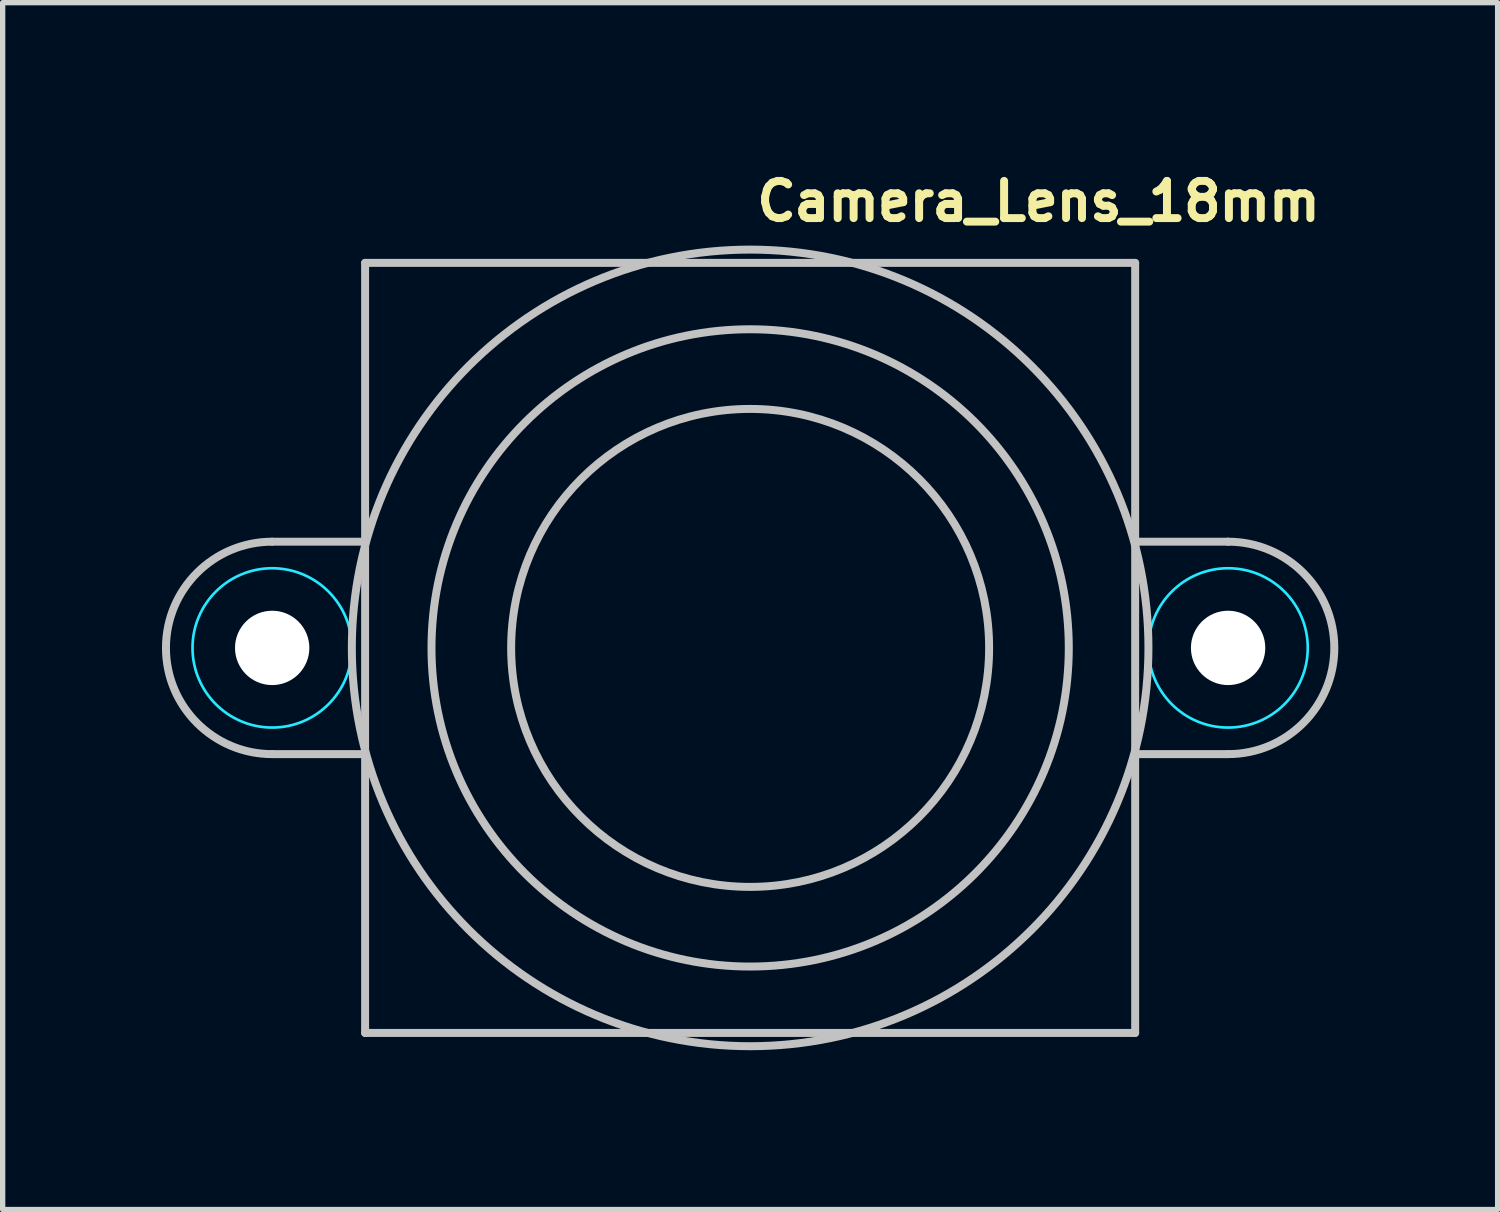
<source format=kicad_pcb>
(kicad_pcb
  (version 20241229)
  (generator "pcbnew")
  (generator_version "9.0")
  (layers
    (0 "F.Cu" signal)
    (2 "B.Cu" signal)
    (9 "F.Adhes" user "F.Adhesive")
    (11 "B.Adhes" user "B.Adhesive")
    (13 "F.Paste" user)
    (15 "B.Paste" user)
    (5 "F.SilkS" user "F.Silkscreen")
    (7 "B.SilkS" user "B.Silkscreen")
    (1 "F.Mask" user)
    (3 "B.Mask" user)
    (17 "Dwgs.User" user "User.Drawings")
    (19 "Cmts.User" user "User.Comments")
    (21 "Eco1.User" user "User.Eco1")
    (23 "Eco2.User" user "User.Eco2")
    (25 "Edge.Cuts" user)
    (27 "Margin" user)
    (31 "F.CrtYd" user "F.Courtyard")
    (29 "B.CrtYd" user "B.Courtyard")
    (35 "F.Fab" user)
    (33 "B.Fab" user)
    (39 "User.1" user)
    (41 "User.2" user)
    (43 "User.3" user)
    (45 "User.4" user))
  (footprint "Camera_Lens_18mm"
    (layer "F.Cu")
    (at 11.075 9.15)
    (property "Reference" "Camera_Lens_18mm" (at 0.05 -8 0) (layer "F.SilkS") (effects (font (size 0.7 0.7) (thickness 0.15)) (justify left bottom)))
    (attr exclude_from_bom)
    (fp_line (start -9 -2) (end -7.25 -2) (stroke (width 0.15) (type solid)) (layer "Dwgs.User"))
    (fp_line (start -9 2) (end -7.25 2) (stroke (width 0.15) (type solid)) (layer "Dwgs.User"))
    (fp_line (start -7.25 -7.25) (end 7.25 -7.25) (stroke (width 0.15) (type solid)) (layer "Dwgs.User"))
    (fp_line (start -7.25 7.25) (end -7.25 -7.25) (stroke (width 0.15) (type solid)) (layer "Dwgs.User"))
    (fp_line (start 7.25 -7.25) (end 7.25 7.25) (stroke (width 0.15) (type solid)) (layer "Dwgs.User"))
    (fp_line (start 7.25 7.25) (end -7.25 7.25) (stroke (width 0.15) (type solid)) (layer "Dwgs.User"))
    (fp_line (start 9 -2) (end 7.25 -2) (stroke (width 0.15) (type solid)) (layer "Dwgs.User"))
    (fp_line (start 9 2) (end 7.25 2) (stroke (width 0.15) (type solid)) (layer "Dwgs.User"))
    (fp_arc (start -9 2) (mid -11 0) (end -9 -2) (stroke (width 0.15) (type solid)) (layer "Dwgs.User"))
    (fp_arc (start 9 -2) (mid 11 0) (end 9 2) (stroke (width 0.15) (type solid)) (layer "Dwgs.User"))
    (fp_circle (center 0 0) (end 4.5 0) (stroke (width 0.15) (type solid)) (fill no) (layer "Dwgs.User"))
    (fp_circle (center 0 0) (end 6 0) (stroke (width 0.15) (type solid)) (fill no) (layer "Dwgs.User"))
    (fp_circle (center 0 0) (end 7.5 0) (stroke (width 0.15) (type solid)) (fill no) (layer "Dwgs.User"))
    (fp_circle (center -9 0) (end -7.5 0) (stroke (width 0.05) (type solid)) (fill no) (layer "B.CrtYd"))
    (fp_circle (center 9 0) (end 10.5 0) (stroke (width 0.05) (type solid)) (fill no) (layer "B.CrtYd"))
    (fp_rect (start -11 -7.25) (end 11 7.25) (stroke (width 0.1) (type solid)) (fill no) (layer "User.5"))
    (fp_line (start -11 0) (end -10.996 0.129) (stroke (width 0.02) (type solid)) (layer "User.9"))
    (fp_line (start -10.996 -0.129) (end -11 0) (stroke (width 0.02) (type solid)) (layer "User.9"))
    (fp_line (start -10.996 0.129) (end -10.983 0.258) (stroke (width 0.02) (type solid)) (layer "User.9"))
    (fp_line (start -10.983 -0.258) (end -10.996 -0.129) (stroke (width 0.02) (type solid)) (layer "User.9"))
    (fp_line (start -10.983 0.258) (end -10.962 0.387) (stroke (width 0.02) (type solid)) (layer "User.9"))
    (fp_line (start -10.962 -0.387) (end -10.983 -0.258) (stroke (width 0.02) (type solid)) (layer "User.9"))
    (fp_line (start -10.962 0.387) (end -10.933 0.513) (stroke (width 0.02) (type solid)) (layer "User.9"))
    (fp_line (start -10.933 -0.513) (end -10.962 -0.387) (stroke (width 0.02) (type solid)) (layer "User.9"))
    (fp_line (start -10.933 0.513) (end -10.895 0.639) (stroke (width 0.02) (type solid)) (layer "User.9"))
    (fp_line (start -10.895 -0.639) (end -10.933 -0.513) (stroke (width 0.02) (type solid)) (layer "User.9"))
    (fp_line (start -10.895 0.639) (end -10.849 0.762) (stroke (width 0.02) (type solid)) (layer "User.9"))
    (fp_line (start -10.849 -0.762) (end -10.895 -0.639) (stroke (width 0.02) (type solid)) (layer "User.9"))
    (fp_line (start -10.849 0.762) (end -10.795 0.882) (stroke (width 0.02) (type solid)) (layer "User.9"))
    (fp_line (start -10.795 -0.882) (end -10.849 -0.762) (stroke (width 0.02) (type solid)) (layer "User.9"))
    (fp_line (start -10.795 0.882) (end -10.732 1) (stroke (width 0.02) (type solid)) (layer "User.9"))
    (fp_line (start -10.732 -1) (end -10.795 -0.882) (stroke (width 0.02) (type solid)) (layer "User.9"))
    (fp_line (start -10.732 -1) (end -10.732 -1) (stroke (width 0.02) (type solid)) (layer "User.9"))
    (fp_line (start -10.732 1) (end -10.732 1) (stroke (width 0.02) (type solid)) (layer "User.9"))
    (fp_line (start -10.732 1) (end -10.698 1.057) (stroke (width 0.02) (type solid)) (layer "User.9"))
    (fp_line (start -10.698 1.057) (end -10.662 1.113) (stroke (width 0.02) (type solid)) (layer "User.9"))
    (fp_line (start -10.662 -1.113) (end -10.732 -1) (stroke (width 0.02) (type solid)) (layer "User.9"))
    (fp_line (start -10.662 1.113) (end -10.624 1.168) (stroke (width 0.02) (type solid)) (layer "User.9"))
    (fp_line (start -10.624 1.168) (end -10.584 1.221) (stroke (width 0.02) (type solid)) (layer "User.9"))
    (fp_line (start -10.584 -1.221) (end -10.662 -1.113) (stroke (width 0.02) (type solid)) (layer "User.9"))
    (fp_line (start -10.584 1.221) (end -10.543 1.272) (stroke (width 0.02) (type solid)) (layer "User.9"))
    (fp_line (start -10.543 1.272) (end -10.501 1.322) (stroke (width 0.02) (type solid)) (layer "User.9"))
    (fp_line (start -10.501 -1.322) (end -10.584 -1.221) (stroke (width 0.02) (type solid)) (layer "User.9"))
    (fp_line (start -10.501 1.322) (end -10.457 1.37) (stroke (width 0.02) (type solid)) (layer "User.9"))
    (fp_line (start -10.457 1.37) (end -10.411 1.417) (stroke (width 0.02) (type solid)) (layer "User.9"))
    (fp_line (start -10.411 -1.417) (end -10.501 -1.322) (stroke (width 0.02) (type solid)) (layer "User.9"))
    (fp_line (start -10.411 1.417) (end -10.364 1.463) (stroke (width 0.02) (type solid)) (layer "User.9"))
    (fp_line (start -10.364 1.463) (end -10.316 1.506) (stroke (width 0.02) (type solid)) (layer "User.9"))
    (fp_line (start -10.316 -1.506) (end -10.411 -1.417) (stroke (width 0.02) (type solid)) (layer "User.9"))
    (fp_line (start -10.316 1.506) (end -10.266 1.548) (stroke (width 0.02) (type solid)) (layer "User.9"))
    (fp_line (start -10.266 1.548) (end -10.215 1.588) (stroke (width 0.02) (type solid)) (layer "User.9"))
    (fp_line (start -10.215 -1.588) (end -10.316 -1.506) (stroke (width 0.02) (type solid)) (layer "User.9"))
    (fp_line (start -10.215 1.588) (end -10.163 1.627) (stroke (width 0.02) (type solid)) (layer "User.9"))
    (fp_line (start -10.163 1.627) (end -10.11 1.664) (stroke (width 0.02) (type solid)) (layer "User.9"))
    (fp_line (start -10.11 -1.664) (end -10.215 -1.588) (stroke (width 0.02) (type solid)) (layer "User.9"))
    (fp_line (start -10.11 1.664) (end -10.056 1.699) (stroke (width 0.02) (type solid)) (layer "User.9"))
    (fp_line (start -10.056 1.699) (end -10 1.732) (stroke (width 0.02) (type solid)) (layer "User.9"))
    (fp_line (start -10 -1.732) (end -10.11 -1.664) (stroke (width 0.02) (type solid)) (layer "User.9"))
    (fp_line (start -10 1.732) (end -9.943 1.764) (stroke (width 0.02) (type solid)) (layer "User.9"))
    (fp_line (start -9.943 1.764) (end -9.886 1.793) (stroke (width 0.02) (type solid)) (layer "User.9"))
    (fp_line (start -9.886 -1.793) (end -10 -1.732) (stroke (width 0.02) (type solid)) (layer "User.9"))
    (fp_line (start -9.886 1.793) (end -9.827 1.821) (stroke (width 0.02) (type solid)) (layer "User.9"))
    (fp_line (start -9.827 1.821) (end -9.768 1.847) (stroke (width 0.02) (type solid)) (layer "User.9"))
    (fp_line (start -9.768 -1.847) (end -9.886 -1.793) (stroke (width 0.02) (type solid)) (layer "User.9"))
    (fp_line (start -9.768 1.847) (end -9.708 1.871) (stroke (width 0.02) (type solid)) (layer "User.9"))
    (fp_line (start -9.708 1.871) (end -9.646 1.893) (stroke (width 0.02) (type solid)) (layer "User.9"))
    (fp_line (start -9.7 0) (end -9.7 0) (stroke (width 0.02) (type solid)) (layer "User.9"))
    (fp_line (start -9.7 0) (end -9.699 0.036) (stroke (width 0.02) (type solid)) (layer "User.9"))
    (fp_line (start -9.699 -0.036) (end -9.7 0) (stroke (width 0.02) (type solid)) (layer "User.9"))
    (fp_line (start -9.699 0.036) (end -9.696 0.072) (stroke (width 0.02) (type solid)) (layer "User.9"))
    (fp_line (start -9.696 -0.072) (end -9.699 -0.036) (stroke (width 0.02) (type solid)) (layer "User.9"))
    (fp_line (start -9.696 0.072) (end -9.692 0.107) (stroke (width 0.02) (type solid)) (layer "User.9"))
    (fp_line (start -9.692 -0.107) (end -9.696 -0.072) (stroke (width 0.02) (type solid)) (layer "User.9"))
    (fp_line (start -9.692 0.107) (end -9.686 0.141) (stroke (width 0.02) (type solid)) (layer "User.9"))
    (fp_line (start -9.686 -0.141) (end -9.692 -0.107) (stroke (width 0.02) (type solid)) (layer "User.9"))
    (fp_line (start -9.686 0.141) (end -9.678 0.175) (stroke (width 0.02) (type solid)) (layer "User.9"))
    (fp_line (start -9.678 -0.175) (end -9.686 -0.141) (stroke (width 0.02) (type solid)) (layer "User.9"))
    (fp_line (start -9.678 0.175) (end -9.669 0.208) (stroke (width 0.02) (type solid)) (layer "User.9"))
    (fp_line (start -9.669 -0.208) (end -9.678 -0.175) (stroke (width 0.02) (type solid)) (layer "User.9"))
    (fp_line (start -9.669 0.208) (end -9.658 0.241) (stroke (width 0.02) (type solid)) (layer "User.9"))
    (fp_line (start -9.658 -0.241) (end -9.669 -0.208) (stroke (width 0.02) (type solid)) (layer "User.9"))
    (fp_line (start -9.658 0.241) (end -9.645 0.272) (stroke (width 0.02) (type solid)) (layer "User.9"))
    (fp_line (start -9.646 -1.893) (end -9.768 -1.847) (stroke (width 0.02) (type solid)) (layer "User.9"))
    (fp_line (start -9.646 1.893) (end -9.584 1.913) (stroke (width 0.02) (type solid)) (layer "User.9"))
    (fp_line (start -9.645 -0.272) (end -9.658 -0.241) (stroke (width 0.02) (type solid)) (layer "User.9"))
    (fp_line (start -9.645 0.272) (end -9.631 0.303) (stroke (width 0.02) (type solid)) (layer "User.9"))
    (fp_line (start -9.631 -0.303) (end -9.645 -0.272) (stroke (width 0.02) (type solid)) (layer "User.9"))
    (fp_line (start -9.631 0.303) (end -9.616 0.334) (stroke (width 0.02) (type solid)) (layer "User.9"))
    (fp_line (start -9.616 -0.334) (end -9.631 -0.303) (stroke (width 0.02) (type solid)) (layer "User.9"))
    (fp_line (start -9.616 0.334) (end -9.599 0.363) (stroke (width 0.02) (type solid)) (layer "User.9"))
    (fp_line (start -9.599 -0.363) (end -9.616 -0.334) (stroke (width 0.02) (type solid)) (layer "User.9"))
    (fp_line (start -9.599 0.363) (end -9.58 0.391) (stroke (width 0.02) (type solid)) (layer "User.9"))
    (fp_line (start -9.584 1.913) (end -9.522 1.931) (stroke (width 0.02) (type solid)) (layer "User.9"))
    (fp_line (start -9.58 -0.391) (end -9.599 -0.363) (stroke (width 0.02) (type solid)) (layer "User.9"))
    (fp_line (start -9.58 0.391) (end -9.561 0.419) (stroke (width 0.02) (type solid)) (layer "User.9"))
    (fp_line (start -9.561 -0.419) (end -9.58 -0.391) (stroke (width 0.02) (type solid)) (layer "User.9"))
    (fp_line (start -9.561 0.419) (end -9.54 0.445) (stroke (width 0.02) (type solid)) (layer "User.9"))
    (fp_line (start -9.54 -0.445) (end -9.561 -0.419) (stroke (width 0.02) (type solid)) (layer "User.9"))
    (fp_line (start -9.54 0.445) (end -9.518 0.471) (stroke (width 0.02) (type solid)) (layer "User.9"))
    (fp_line (start -9.522 -1.931) (end -9.646 -1.893) (stroke (width 0.02) (type solid)) (layer "User.9"))
    (fp_line (start -9.522 1.931) (end -9.459 1.947) (stroke (width 0.02) (type solid)) (layer "User.9"))
    (fp_line (start -9.518 -0.471) (end -9.54 -0.445) (stroke (width 0.02) (type solid)) (layer "User.9"))
    (fp_line (start -9.518 0.471) (end -9.495 0.495) (stroke (width 0.02) (type solid)) (layer "User.9"))
    (fp_line (start -9.495 -0.495) (end -9.518 -0.471) (stroke (width 0.02) (type solid)) (layer "User.9"))
    (fp_line (start -9.495 0.495) (end -9.471 0.518) (stroke (width 0.02) (type solid)) (layer "User.9"))
    (fp_line (start -9.471 -0.518) (end -9.495 -0.495) (stroke (width 0.02) (type solid)) (layer "User.9"))
    (fp_line (start -9.471 0.518) (end -9.445 0.54) (stroke (width 0.02) (type solid)) (layer "User.9"))
    (fp_line (start -9.459 1.947) (end -9.395 1.961) (stroke (width 0.02) (type solid)) (layer "User.9"))
    (fp_line (start -9.445 -0.54) (end -9.471 -0.518) (stroke (width 0.02) (type solid)) (layer "User.9"))
    (fp_line (start -9.445 0.54) (end -9.419 0.561) (stroke (width 0.02) (type solid)) (layer "User.9"))
    (fp_line (start -9.419 -0.561) (end -9.445 -0.54) (stroke (width 0.02) (type solid)) (layer "User.9"))
    (fp_line (start -9.419 0.561) (end -9.391 0.58) (stroke (width 0.02) (type solid)) (layer "User.9"))
    (fp_line (start -9.395 -1.961) (end -9.522 -1.931) (stroke (width 0.02) (type solid)) (layer "User.9"))
    (fp_line (start -9.395 1.961) (end -9.33 1.973) (stroke (width 0.02) (type solid)) (layer "User.9"))
    (fp_line (start -9.391 -0.58) (end -9.419 -0.561) (stroke (width 0.02) (type solid)) (layer "User.9"))
    (fp_line (start -9.391 0.58) (end -9.363 0.599) (stroke (width 0.02) (type solid)) (layer "User.9"))
    (fp_line (start -9.363 -0.599) (end -9.391 -0.58) (stroke (width 0.02) (type solid)) (layer "User.9"))
    (fp_line (start -9.363 0.599) (end -9.334 0.616) (stroke (width 0.02) (type solid)) (layer "User.9"))
    (fp_line (start -9.334 -0.616) (end -9.363 -0.599) (stroke (width 0.02) (type solid)) (layer "User.9"))
    (fp_line (start -9.334 0.616) (end -9.303 0.631) (stroke (width 0.02) (type solid)) (layer "User.9"))
    (fp_line (start -9.33 1.973) (end -9.265 1.982) (stroke (width 0.02) (type solid)) (layer "User.9"))
    (fp_line (start -9.303 -0.631) (end -9.334 -0.616) (stroke (width 0.02) (type solid)) (layer "User.9"))
    (fp_line (start -9.303 0.631) (end -9.272 0.645) (stroke (width 0.02) (type solid)) (layer "User.9"))
    (fp_line (start -9.272 -0.645) (end -9.303 -0.631) (stroke (width 0.02) (type solid)) (layer "User.9"))
    (fp_line (start -9.272 0.645) (end -9.241 0.658) (stroke (width 0.02) (type solid)) (layer "User.9"))
    (fp_line (start -9.265 -1.982) (end -9.395 -1.961) (stroke (width 0.02) (type solid)) (layer "User.9"))
    (fp_line (start -9.265 1.982) (end -9.199 1.99) (stroke (width 0.02) (type solid)) (layer "User.9"))
    (fp_line (start -9.241 -0.658) (end -9.272 -0.645) (stroke (width 0.02) (type solid)) (layer "User.9"))
    (fp_line (start -9.241 0.658) (end -9.208 0.669) (stroke (width 0.02) (type solid)) (layer "User.9"))
    (fp_line (start -9.208 -0.669) (end -9.241 -0.658) (stroke (width 0.02) (type solid)) (layer "User.9"))
    (fp_line (start -9.208 0.669) (end -9.175 0.678) (stroke (width 0.02) (type solid)) (layer "User.9"))
    (fp_line (start -9.199 1.99) (end -9.133 1.996) (stroke (width 0.02) (type solid)) (layer "User.9"))
    (fp_line (start -9.175 -0.678) (end -9.208 -0.669) (stroke (width 0.02) (type solid)) (layer "User.9"))
    (fp_line (start -9.175 0.678) (end -9.141 0.686) (stroke (width 0.02) (type solid)) (layer "User.9"))
    (fp_line (start -9.141 -0.686) (end -9.175 -0.678) (stroke (width 0.02) (type solid)) (layer "User.9"))
    (fp_line (start -9.141 0.686) (end -9.107 0.692) (stroke (width 0.02) (type solid)) (layer "User.9"))
    (fp_line (start -9.133 -1.996) (end -9.265 -1.982) (stroke (width 0.02) (type solid)) (layer "User.9"))
    (fp_line (start -9.133 1.996) (end -9.067 1.999) (stroke (width 0.02) (type solid)) (layer "User.9"))
    (fp_line (start -9.107 -0.692) (end -9.141 -0.686) (stroke (width 0.02) (type solid)) (layer "User.9"))
    (fp_line (start -9.107 0.692) (end -9.072 0.696) (stroke (width 0.02) (type solid)) (layer "User.9"))
    (fp_line (start -9.072 -0.696) (end -9.107 -0.692) (stroke (width 0.02) (type solid)) (layer "User.9"))
    (fp_line (start -9.072 0.696) (end -9.036 0.699) (stroke (width 0.02) (type solid)) (layer "User.9"))
    (fp_line (start -9.067 1.999) (end -9 2) (stroke (width 0.02) (type solid)) (layer "User.9"))
    (fp_line (start -9.036 -0.699) (end -9.072 -0.696) (stroke (width 0.02) (type solid)) (layer "User.9"))
    (fp_line (start -9.036 0.699) (end -9 0.7) (stroke (width 0.02) (type solid)) (layer "User.9"))
    (fp_line (start -9 -2) (end -9.133 -1.996) (stroke (width 0.02) (type solid)) (layer "User.9"))
    (fp_line (start -9 -0.7) (end -9.036 -0.699) (stroke (width 0.02) (type solid)) (layer "User.9"))
    (fp_line (start -9 -0.7) (end -9 -0.7) (stroke (width 0.02) (type solid)) (layer "User.9"))
    (fp_line (start -9 0.7) (end -9 0.7) (stroke (width 0.02) (type solid)) (layer "User.9"))
    (fp_line (start -9 0.7) (end -8.964 0.699) (stroke (width 0.02) (type solid)) (layer "User.9"))
    (fp_line (start -9 2) (end -7.25 2) (stroke (width 0.02) (type solid)) (layer "User.9"))
    (fp_line (start -9 2) (end -6.708 2) (stroke (width 0.02) (type solid)) (layer "User.9"))
    (fp_line (start -8.964 -0.699) (end -9 -0.7) (stroke (width 0.02) (type solid)) (layer "User.9"))
    (fp_line (start -8.964 0.699) (end -8.928 0.696) (stroke (width 0.02) (type solid)) (layer "User.9"))
    (fp_line (start -8.928 -0.696) (end -8.964 -0.699) (stroke (width 0.02) (type solid)) (layer "User.9"))
    (fp_line (start -8.928 0.696) (end -8.893 0.692) (stroke (width 0.02) (type solid)) (layer "User.9"))
    (fp_line (start -8.893 -0.692) (end -8.928 -0.696) (stroke (width 0.02) (type solid)) (layer "User.9"))
    (fp_line (start -8.893 0.692) (end -8.859 0.686) (stroke (width 0.02) (type solid)) (layer "User.9"))
    (fp_line (start -8.859 -0.686) (end -8.893 -0.692) (stroke (width 0.02) (type solid)) (layer "User.9"))
    (fp_line (start -8.859 0.686) (end -8.825 0.678) (stroke (width 0.02) (type solid)) (layer "User.9"))
    (fp_line (start -8.825 -0.678) (end -8.859 -0.686) (stroke (width 0.02) (type solid)) (layer "User.9"))
    (fp_line (start -8.825 0.678) (end -8.792 0.669) (stroke (width 0.02) (type solid)) (layer "User.9"))
    (fp_line (start -8.792 -0.669) (end -8.825 -0.678) (stroke (width 0.02) (type solid)) (layer "User.9"))
    (fp_line (start -8.792 0.669) (end -8.759 0.658) (stroke (width 0.02) (type solid)) (layer "User.9"))
    (fp_line (start -8.759 -0.658) (end -8.792 -0.669) (stroke (width 0.02) (type solid)) (layer "User.9"))
    (fp_line (start -8.759 0.658) (end -8.728 0.645) (stroke (width 0.02) (type solid)) (layer "User.9"))
    (fp_line (start -8.728 -0.645) (end -8.759 -0.658) (stroke (width 0.02) (type solid)) (layer "User.9"))
    (fp_line (start -8.728 0.645) (end -8.697 0.631) (stroke (width 0.02) (type solid)) (layer "User.9"))
    (fp_line (start -8.697 -0.631) (end -8.728 -0.645) (stroke (width 0.02) (type solid)) (layer "User.9"))
    (fp_line (start -8.697 0.631) (end -8.666 0.616) (stroke (width 0.02) (type solid)) (layer "User.9"))
    (fp_line (start -8.666 -0.616) (end -8.697 -0.631) (stroke (width 0.02) (type solid)) (layer "User.9"))
    (fp_line (start -8.666 0.616) (end -8.637 0.599) (stroke (width 0.02) (type solid)) (layer "User.9"))
    (fp_line (start -8.637 -0.599) (end -8.666 -0.616) (stroke (width 0.02) (type solid)) (layer "User.9"))
    (fp_line (start -8.637 0.599) (end -8.609 0.58) (stroke (width 0.02) (type solid)) (layer "User.9"))
    (fp_line (start -8.609 -0.58) (end -8.637 -0.599) (stroke (width 0.02) (type solid)) (layer "User.9"))
    (fp_line (start -8.609 0.58) (end -8.581 0.561) (stroke (width 0.02) (type solid)) (layer "User.9"))
    (fp_line (start -8.581 -0.561) (end -8.609 -0.58) (stroke (width 0.02) (type solid)) (layer "User.9"))
    (fp_line (start -8.581 0.561) (end -8.555 0.54) (stroke (width 0.02) (type solid)) (layer "User.9"))
    (fp_line (start -8.555 -0.54) (end -8.581 -0.561) (stroke (width 0.02) (type solid)) (layer "User.9"))
    (fp_line (start -8.555 0.54) (end -8.529 0.518) (stroke (width 0.02) (type solid)) (layer "User.9"))
    (fp_line (start -8.529 -0.518) (end -8.555 -0.54) (stroke (width 0.02) (type solid)) (layer "User.9"))
    (fp_line (start -8.529 0.518) (end -8.505 0.495) (stroke (width 0.02) (type solid)) (layer "User.9"))
    (fp_line (start -8.505 -0.495) (end -8.529 -0.518) (stroke (width 0.02) (type solid)) (layer "User.9"))
    (fp_line (start -8.505 0.495) (end -8.482 0.471) (stroke (width 0.02) (type solid)) (layer "User.9"))
    (fp_line (start -8.482 -0.471) (end -8.505 -0.495) (stroke (width 0.02) (type solid)) (layer "User.9"))
    (fp_line (start -8.482 0.471) (end -8.46 0.445) (stroke (width 0.02) (type solid)) (layer "User.9"))
    (fp_line (start -8.46 -0.445) (end -8.482 -0.471) (stroke (width 0.02) (type solid)) (layer "User.9"))
    (fp_line (start -8.46 0.445) (end -8.439 0.419) (stroke (width 0.02) (type solid)) (layer "User.9"))
    (fp_line (start -8.439 -0.419) (end -8.46 -0.445) (stroke (width 0.02) (type solid)) (layer "User.9"))
    (fp_line (start -8.439 0.419) (end -8.42 0.391) (stroke (width 0.02) (type solid)) (layer "User.9"))
    (fp_line (start -8.42 -0.391) (end -8.439 -0.419) (stroke (width 0.02) (type solid)) (layer "User.9"))
    (fp_line (start -8.42 0.391) (end -8.401 0.363) (stroke (width 0.02) (type solid)) (layer "User.9"))
    (fp_line (start -8.401 -0.363) (end -8.42 -0.391) (stroke (width 0.02) (type solid)) (layer "User.9"))
    (fp_line (start -8.401 0.363) (end -8.384 0.334) (stroke (width 0.02) (type solid)) (layer "User.9"))
    (fp_line (start -8.384 -0.334) (end -8.401 -0.363) (stroke (width 0.02) (type solid)) (layer "User.9"))
    (fp_line (start -8.384 0.334) (end -8.369 0.303) (stroke (width 0.02) (type solid)) (layer "User.9"))
    (fp_line (start -8.369 -0.303) (end -8.384 -0.334) (stroke (width 0.02) (type solid)) (layer "User.9"))
    (fp_line (start -8.369 0.303) (end -8.355 0.272) (stroke (width 0.02) (type solid)) (layer "User.9"))
    (fp_line (start -8.355 -0.272) (end -8.369 -0.303) (stroke (width 0.02) (type solid)) (layer "User.9"))
    (fp_line (start -8.355 0.272) (end -8.342 0.241) (stroke (width 0.02) (type solid)) (layer "User.9"))
    (fp_line (start -8.342 -0.241) (end -8.355 -0.272) (stroke (width 0.02) (type solid)) (layer "User.9"))
    (fp_line (start -8.342 0.241) (end -8.331 0.208) (stroke (width 0.02) (type solid)) (layer "User.9"))
    (fp_line (start -8.331 -0.208) (end -8.342 -0.241) (stroke (width 0.02) (type solid)) (layer "User.9"))
    (fp_line (start -8.331 0.208) (end -8.322 0.175) (stroke (width 0.02) (type solid)) (layer "User.9"))
    (fp_line (start -8.322 -0.175) (end -8.331 -0.208) (stroke (width 0.02) (type solid)) (layer "User.9"))
    (fp_line (start -8.322 0.175) (end -8.314 0.141) (stroke (width 0.02) (type solid)) (layer "User.9"))
    (fp_line (start -8.314 -0.141) (end -8.322 -0.175) (stroke (width 0.02) (type solid)) (layer "User.9"))
    (fp_line (start -8.314 0.141) (end -8.308 0.107) (stroke (width 0.02) (type solid)) (layer "User.9"))
    (fp_line (start -8.308 -0.107) (end -8.314 -0.141) (stroke (width 0.02) (type solid)) (layer "User.9"))
    (fp_line (start -8.308 0.107) (end -8.304 0.072) (stroke (width 0.02) (type solid)) (layer "User.9"))
    (fp_line (start -8.304 -0.072) (end -8.308 -0.107) (stroke (width 0.02) (type solid)) (layer "User.9"))
    (fp_line (start -8.304 0.072) (end -8.301 0.036) (stroke (width 0.02) (type solid)) (layer "User.9"))
    (fp_line (start -8.301 -0.036) (end -8.304 -0.072) (stroke (width 0.02) (type solid)) (layer "User.9"))
    (fp_line (start -8.301 0.036) (end -8.3 0) (stroke (width 0.02) (type solid)) (layer "User.9"))
    (fp_line (start -8.3 0) (end -8.301 -0.036) (stroke (width 0.02) (type solid)) (layer "User.9"))
    (fp_line (start -8.3 0) (end -8.3 0) (stroke (width 0.02) (type solid)) (layer "User.9"))
    (fp_line (start -8.3 0) (end -8.3 0) (stroke (width 0.02) (type solid)) (layer "User.9"))
    (fp_line (start -7.25 -7.25) (end -7.25 -2) (stroke (width 0.02) (type solid)) (layer "User.9"))
    (fp_line (start -7.25 -2) (end -9 -2) (stroke (width 0.02) (type solid)) (layer "User.9"))
    (fp_line (start -7.25 2) (end -7.25 7.25) (stroke (width 0.02) (type solid)) (layer "User.9"))
    (fp_line (start -7.25 7.25) (end 7.25 7.25) (stroke (width 0.02) (type solid)) (layer "User.9"))
    (fp_line (start -7 0) (end -6.985 -0.453) (stroke (width 0.02) (type solid)) (layer "User.9"))
    (fp_line (start -6.985 -0.453) (end -6.941 -0.904) (stroke (width 0.02) (type solid)) (layer "User.9"))
    (fp_line (start -6.985 0.453) (end -7 0) (stroke (width 0.02) (type solid)) (layer "User.9"))
    (fp_line (start -6.941 -0.904) (end -6.868 -1.353) (stroke (width 0.02) (type solid)) (layer "User.9"))
    (fp_line (start -6.941 0.904) (end -6.985 0.453) (stroke (width 0.02) (type solid)) (layer "User.9"))
    (fp_line (start -6.868 -1.353) (end -6.766 -1.797) (stroke (width 0.02) (type solid)) (layer "User.9"))
    (fp_line (start -6.868 1.353) (end -6.941 0.904) (stroke (width 0.02) (type solid)) (layer "User.9"))
    (fp_line (start -6.766 -1.797) (end -6.634 -2.235) (stroke (width 0.02) (type solid)) (layer "User.9"))
    (fp_line (start -6.766 1.797) (end -6.868 1.353) (stroke (width 0.02) (type solid)) (layer "User.9"))
    (fp_line (start -6.708 -2) (end -9 -2) (stroke (width 0.02) (type solid)) (layer "User.9"))
    (fp_line (start -6.634 -2.235) (end -6.472 -2.666) (stroke (width 0.02) (type solid)) (layer "User.9"))
    (fp_line (start -6.634 2.235) (end -6.766 1.797) (stroke (width 0.02) (type solid)) (layer "User.9"))
    (fp_line (start -6.5 -6.5) (end -6.5 -2.598) (stroke (width 0.02) (type solid)) (layer "User.9"))
    (fp_line (start -6.5 2.598) (end -6.5 6.5) (stroke (width 0.02) (type solid)) (layer "User.9"))
    (fp_line (start -6.5 6.5) (end -2.598 6.5) (stroke (width 0.02) (type solid)) (layer "User.9"))
    (fp_line (start -6.472 -2.666) (end -6.282 -3.088) (stroke (width 0.02) (type solid)) (layer "User.9"))
    (fp_line (start -6.472 2.666) (end -6.634 2.235) (stroke (width 0.02) (type solid)) (layer "User.9"))
    (fp_line (start -6.282 -3.088) (end -6.062 -3.5) (stroke (width 0.02) (type solid)) (layer "User.9"))
    (fp_line (start -6.282 3.088) (end -6.472 2.666) (stroke (width 0.02) (type solid)) (layer "User.9"))
    (fp_line (start -6.062 -3.5) (end -6.062 -3.5) (stroke (width 0.02) (type solid)) (layer "User.9"))
    (fp_line (start -6.062 -3.5) (end -5.942 -3.701) (stroke (width 0.02) (type solid)) (layer "User.9"))
    (fp_line (start -6.062 3.5) (end -6.282 3.088) (stroke (width 0.02) (type solid)) (layer "User.9"))
    (fp_line (start -6.062 3.5) (end -6.062 3.5) (stroke (width 0.02) (type solid)) (layer "User.9"))
    (fp_line (start -5.942 -3.701) (end -5.816 -3.896) (stroke (width 0.02) (type solid)) (layer "User.9"))
    (fp_line (start -5.816 -3.896) (end -5.683 -4.087) (stroke (width 0.02) (type solid)) (layer "User.9"))
    (fp_line (start -5.816 3.896) (end -6.062 3.5) (stroke (width 0.02) (type solid)) (layer "User.9"))
    (fp_line (start -5.683 -4.087) (end -5.545 -4.272) (stroke (width 0.02) (type solid)) (layer "User.9"))
    (fp_line (start -5.545 -4.272) (end -5.402 -4.452) (stroke (width 0.02) (type solid)) (layer "User.9"))
    (fp_line (start -5.545 4.272) (end -5.816 3.896) (stroke (width 0.02) (type solid)) (layer "User.9"))
    (fp_line (start -5.402 -4.452) (end -5.253 -4.627) (stroke (width 0.02) (type solid)) (layer "User.9"))
    (fp_line (start -5.253 -4.627) (end -5.098 -4.797) (stroke (width 0.02) (type solid)) (layer "User.9"))
    (fp_line (start -5.253 4.627) (end -5.545 4.272) (stroke (width 0.02) (type solid)) (layer "User.9"))
    (fp_line (start -5.098 -4.797) (end -4.939 -4.961) (stroke (width 0.02) (type solid)) (layer "User.9"))
    (fp_line (start -4.939 -4.961) (end -4.775 -5.119) (stroke (width 0.02) (type solid)) (layer "User.9"))
    (fp_line (start -4.939 4.961) (end -5.253 4.627) (stroke (width 0.02) (type solid)) (layer "User.9"))
    (fp_line (start -4.775 -5.119) (end -4.606 -5.271) (stroke (width 0.02) (type solid)) (layer "User.9"))
    (fp_line (start -4.606 -5.271) (end -4.432 -5.418) (stroke (width 0.02) (type solid)) (layer "User.9"))
    (fp_line (start -4.606 5.271) (end -4.939 4.961) (stroke (width 0.02) (type solid)) (layer "User.9"))
    (fp_line (start -4.432 -5.418) (end -4.254 -5.559) (stroke (width 0.02) (type solid)) (layer "User.9"))
    (fp_line (start -4.254 -5.559) (end -4.072 -5.694) (stroke (width 0.02) (type solid)) (layer "User.9"))
    (fp_line (start -4.254 5.559) (end -4.606 5.271) (stroke (width 0.02) (type solid)) (layer "User.9"))
    (fp_line (start -4.072 -5.694) (end -3.885 -5.823) (stroke (width 0.02) (type solid)) (layer "User.9"))
    (fp_line (start -3.885 -5.823) (end -3.694 -5.946) (stroke (width 0.02) (type solid)) (layer "User.9"))
    (fp_line (start -3.885 5.823) (end -4.254 5.559) (stroke (width 0.02) (type solid)) (layer "User.9"))
    (fp_line (start -3.75 0) (end -3.745 0.186) (stroke (width 0.02) (type solid)) (layer "User.9"))
    (fp_line (start -3.75 0) (end -3.745 0.186) (stroke (width 0.02) (type solid)) (layer "User.9"))
    (fp_line (start -3.748 -0.125) (end -3.75 0) (stroke (width 0.02) (type solid)) (layer "User.9"))
    (fp_line (start -3.748 -0.125) (end -3.75 0) (stroke (width 0.02) (type solid)) (layer "User.9"))
    (fp_line (start -3.745 0.186) (end -3.732 0.371) (stroke (width 0.02) (type solid)) (layer "User.9"))
    (fp_line (start -3.745 0.186) (end -3.732 0.371) (stroke (width 0.02) (type solid)) (layer "User.9"))
    (fp_line (start -3.742 -0.25) (end -3.748 -0.125) (stroke (width 0.02) (type solid)) (layer "User.9"))
    (fp_line (start -3.742 -0.25) (end -3.748 -0.125) (stroke (width 0.02) (type solid)) (layer "User.9"))
    (fp_line (start -3.732 0.371) (end -3.709 0.554) (stroke (width 0.02) (type solid)) (layer "User.9"))
    (fp_line (start -3.732 0.371) (end -3.709 0.554) (stroke (width 0.02) (type solid)) (layer "User.9"))
    (fp_line (start -3.731 -0.374) (end -3.742 -0.25) (stroke (width 0.02) (type solid)) (layer "User.9"))
    (fp_line (start -3.731 -0.374) (end -3.742 -0.25) (stroke (width 0.02) (type solid)) (layer "User.9"))
    (fp_line (start -3.717 -0.497) (end -3.731 -0.374) (stroke (width 0.02) (type solid)) (layer "User.9"))
    (fp_line (start -3.717 -0.497) (end -3.731 -0.374) (stroke (width 0.02) (type solid)) (layer "User.9"))
    (fp_line (start -3.709 0.554) (end -3.677 0.735) (stroke (width 0.02) (type solid)) (layer "User.9"))
    (fp_line (start -3.709 0.554) (end -3.677 0.735) (stroke (width 0.02) (type solid)) (layer "User.9"))
    (fp_line (start -3.699 -0.619) (end -3.717 -0.497) (stroke (width 0.02) (type solid)) (layer "User.9"))
    (fp_line (start -3.699 -0.619) (end -3.717 -0.497) (stroke (width 0.02) (type solid)) (layer "User.9"))
    (fp_line (start -3.694 -5.946) (end -3.5 -6.062) (stroke (width 0.02) (type solid)) (layer "User.9"))
    (fp_line (start -3.677 0.735) (end -3.637 0.914) (stroke (width 0.02) (type solid)) (layer "User.9"))
    (fp_line (start -3.677 0.735) (end -3.637 0.914) (stroke (width 0.02) (type solid)) (layer "User.9"))
    (fp_line (start -3.676 -0.74) (end -3.699 -0.619) (stroke (width 0.02) (type solid)) (layer "User.9"))
    (fp_line (start -3.676 -0.74) (end -3.699 -0.619) (stroke (width 0.02) (type solid)) (layer "User.9"))
    (fp_line (start -3.65 -0.86) (end -3.676 -0.74) (stroke (width 0.02) (type solid)) (layer "User.9"))
    (fp_line (start -3.65 -0.86) (end -3.676 -0.74) (stroke (width 0.02) (type solid)) (layer "User.9"))
    (fp_line (start -3.637 0.914) (end -3.588 1.091) (stroke (width 0.02) (type solid)) (layer "User.9"))
    (fp_line (start -3.637 0.914) (end -3.588 1.091) (stroke (width 0.02) (type solid)) (layer "User.9"))
    (fp_line (start -3.62 -0.978) (end -3.65 -0.86) (stroke (width 0.02) (type solid)) (layer "User.9"))
    (fp_line (start -3.62 -0.978) (end -3.65 -0.86) (stroke (width 0.02) (type solid)) (layer "User.9"))
    (fp_line (start -3.588 1.091) (end -3.53 1.264) (stroke (width 0.02) (type solid)) (layer "User.9"))
    (fp_line (start -3.588 1.091) (end -3.53 1.264) (stroke (width 0.02) (type solid)) (layer "User.9"))
    (fp_line (start -3.586 -1.096) (end -3.62 -0.978) (stroke (width 0.02) (type solid)) (layer "User.9"))
    (fp_line (start -3.586 -1.096) (end -3.62 -0.978) (stroke (width 0.02) (type solid)) (layer "User.9"))
    (fp_line (start -3.549 -1.212) (end -3.586 -1.096) (stroke (width 0.02) (type solid)) (layer "User.9"))
    (fp_line (start -3.549 -1.212) (end -3.586 -1.096) (stroke (width 0.02) (type solid)) (layer "User.9"))
    (fp_line (start -3.53 1.264) (end -3.465 1.435) (stroke (width 0.02) (type solid)) (layer "User.9"))
    (fp_line (start -3.53 1.264) (end -3.465 1.435) (stroke (width 0.02) (type solid)) (layer "User.9"))
    (fp_line (start -3.508 -1.327) (end -3.549 -1.212) (stroke (width 0.02) (type solid)) (layer "User.9"))
    (fp_line (start -3.508 -1.327) (end -3.549 -1.212) (stroke (width 0.02) (type solid)) (layer "User.9"))
    (fp_line (start -3.5 -6.062) (end -3.302 -6.172) (stroke (width 0.02) (type solid)) (layer "User.9"))
    (fp_line (start -3.5 6.062) (end -3.885 5.823) (stroke (width 0.02) (type solid)) (layer "User.9"))
    (fp_line (start -3.465 1.435) (end -3.39 1.602) (stroke (width 0.02) (type solid)) (layer "User.9"))
    (fp_line (start -3.465 1.435) (end -3.39 1.602) (stroke (width 0.02) (type solid)) (layer "User.9"))
    (fp_line (start -3.463 -1.44) (end -3.508 -1.327) (stroke (width 0.02) (type solid)) (layer "User.9"))
    (fp_line (start -3.463 -1.44) (end -3.508 -1.327) (stroke (width 0.02) (type solid)) (layer "User.9"))
    (fp_line (start -3.414 -1.551) (end -3.463 -1.44) (stroke (width 0.02) (type solid)) (layer "User.9"))
    (fp_line (start -3.414 -1.551) (end -3.463 -1.44) (stroke (width 0.02) (type solid)) (layer "User.9"))
    (fp_line (start -3.39 1.602) (end -3.308 1.766) (stroke (width 0.02) (type solid)) (layer "User.9"))
    (fp_line (start -3.39 1.602) (end -3.308 1.766) (stroke (width 0.02) (type solid)) (layer "User.9"))
    (fp_line (start -3.362 -1.661) (end -3.414 -1.551) (stroke (width 0.02) (type solid)) (layer "User.9"))
    (fp_line (start -3.362 -1.661) (end -3.414 -1.551) (stroke (width 0.02) (type solid)) (layer "User.9"))
    (fp_line (start -3.308 1.766) (end -3.218 1.925) (stroke (width 0.02) (type solid)) (layer "User.9"))
    (fp_line (start -3.308 1.766) (end -3.218 1.925) (stroke (width 0.02) (type solid)) (layer "User.9"))
    (fp_line (start -3.307 -1.769) (end -3.362 -1.661) (stroke (width 0.02) (type solid)) (layer "User.9"))
    (fp_line (start -3.307 -1.769) (end -3.362 -1.661) (stroke (width 0.02) (type solid)) (layer "User.9"))
    (fp_line (start -3.302 -6.172) (end -3.1 -6.276) (stroke (width 0.02) (type solid)) (layer "User.9"))
    (fp_line (start -3.248 -1.875) (end -3.307 -1.769) (stroke (width 0.02) (type solid)) (layer "User.9"))
    (fp_line (start -3.248 -1.875) (end -3.307 -1.769) (stroke (width 0.02) (type solid)) (layer "User.9"))
    (fp_line (start -3.218 1.925) (end -3.12 2.081) (stroke (width 0.02) (type solid)) (layer "User.9"))
    (fp_line (start -3.218 1.925) (end -3.12 2.081) (stroke (width 0.02) (type solid)) (layer "User.9"))
    (fp_line (start -3.185 -1.979) (end -3.248 -1.875) (stroke (width 0.02) (type solid)) (layer "User.9"))
    (fp_line (start -3.185 -1.979) (end -3.248 -1.875) (stroke (width 0.02) (type solid)) (layer "User.9"))
    (fp_line (start -3.12 2.081) (end -3.014 2.231) (stroke (width 0.02) (type solid)) (layer "User.9"))
    (fp_line (start -3.12 2.081) (end -3.014 2.231) (stroke (width 0.02) (type solid)) (layer "User.9"))
    (fp_line (start -3.119 -2.081) (end -3.185 -1.979) (stroke (width 0.02) (type solid)) (layer "User.9"))
    (fp_line (start -3.119 -2.081) (end -3.185 -1.979) (stroke (width 0.02) (type solid)) (layer "User.9"))
    (fp_line (start -3.1 -6.276) (end -2.896 -6.373) (stroke (width 0.02) (type solid)) (layer "User.9"))
    (fp_line (start -3.1 6.276) (end -3.5 6.062) (stroke (width 0.02) (type solid)) (layer "User.9"))
    (fp_line (start -3.05 -2.181) (end -3.119 -2.081) (stroke (width 0.02) (type solid)) (layer "User.9"))
    (fp_line (start -3.05 -2.181) (end -3.119 -2.081) (stroke (width 0.02) (type solid)) (layer "User.9"))
    (fp_line (start -3.014 2.231) (end -2.901 2.377) (stroke (width 0.02) (type solid)) (layer "User.9"))
    (fp_line (start -3.014 2.231) (end -2.901 2.377) (stroke (width 0.02) (type solid)) (layer "User.9"))
    (fp_line (start -2.978 -2.279) (end -3.05 -2.181) (stroke (width 0.02) (type solid)) (layer "User.9"))
    (fp_line (start -2.978 -2.279) (end -3.05 -2.181) (stroke (width 0.02) (type solid)) (layer "User.9"))
    (fp_line (start -2.903 -2.374) (end -2.978 -2.279) (stroke (width 0.02) (type solid)) (layer "User.9"))
    (fp_line (start -2.903 -2.374) (end -2.978 -2.279) (stroke (width 0.02) (type solid)) (layer "User.9"))
    (fp_line (start -2.901 2.377) (end -2.78 2.517) (stroke (width 0.02) (type solid)) (layer "User.9"))
    (fp_line (start -2.901 2.377) (end -2.78 2.517) (stroke (width 0.02) (type solid)) (layer "User.9"))
    (fp_line (start -2.896 -6.373) (end -2.687 -6.464) (stroke (width 0.02) (type solid)) (layer "User.9"))
    (fp_line (start -2.824 -2.467) (end -2.903 -2.374) (stroke (width 0.02) (type solid)) (layer "User.9"))
    (fp_line (start -2.824 -2.467) (end -2.903 -2.374) (stroke (width 0.02) (type solid)) (layer "User.9"))
    (fp_line (start -2.78 2.517) (end -2.652 2.652) (stroke (width 0.02) (type solid)) (layer "User.9"))
    (fp_line (start -2.78 2.517) (end -2.652 2.652) (stroke (width 0.02) (type solid)) (layer "User.9"))
    (fp_line (start -2.742 -2.558) (end -2.824 -2.467) (stroke (width 0.02) (type solid)) (layer "User.9"))
    (fp_line (start -2.742 -2.558) (end -2.824 -2.467) (stroke (width 0.02) (type solid)) (layer "User.9"))
    (fp_line (start -2.687 -6.464) (end -2.476 -6.547) (stroke (width 0.02) (type solid)) (layer "User.9"))
    (fp_line (start -2.687 6.464) (end -3.1 6.276) (stroke (width 0.02) (type solid)) (layer "User.9"))
    (fp_line (start -2.657 -2.646) (end -2.742 -2.558) (stroke (width 0.02) (type solid)) (layer "User.9"))
    (fp_line (start -2.657 -2.646) (end -2.742 -2.558) (stroke (width 0.02) (type solid)) (layer "User.9"))
    (fp_line (start -2.652 2.652) (end -2.652 2.652) (stroke (width 0.02) (type solid)) (layer "User.9"))
    (fp_line (start -2.652 2.652) (end -2.652 2.652) (stroke (width 0.02) (type solid)) (layer "User.9"))
    (fp_line (start -2.652 2.652) (end -2.517 2.78) (stroke (width 0.02) (type solid)) (layer "User.9"))
    (fp_line (start -2.652 2.652) (end -2.517 2.78) (stroke (width 0.02) (type solid)) (layer "User.9"))
    (fp_line (start -2.598 -6.5) (end -6.5 -6.5) (stroke (width 0.02) (type solid)) (layer "User.9"))
    (fp_line (start -2.57 -2.731) (end -2.657 -2.646) (stroke (width 0.02) (type solid)) (layer "User.9"))
    (fp_line (start -2.57 -2.731) (end -2.657 -2.646) (stroke (width 0.02) (type solid)) (layer "User.9"))
    (fp_line (start -2.517 2.78) (end -2.377 2.901) (stroke (width 0.02) (type solid)) (layer "User.9"))
    (fp_line (start -2.517 2.78) (end -2.377 2.901) (stroke (width 0.02) (type solid)) (layer "User.9"))
    (fp_line (start -2.479 -2.814) (end -2.57 -2.731) (stroke (width 0.02) (type solid)) (layer "User.9"))
    (fp_line (start -2.479 -2.814) (end -2.57 -2.731) (stroke (width 0.02) (type solid)) (layer "User.9"))
    (fp_line (start -2.476 -6.547) (end -2.262 -6.624) (stroke (width 0.02) (type solid)) (layer "User.9"))
    (fp_line (start -2.385 -2.894) (end -2.479 -2.814) (stroke (width 0.02) (type solid)) (layer "User.9"))
    (fp_line (start -2.385 -2.894) (end -2.479 -2.814) (stroke (width 0.02) (type solid)) (layer "User.9"))
    (fp_line (start -2.377 2.901) (end -2.231 3.014) (stroke (width 0.02) (type solid)) (layer "User.9"))
    (fp_line (start -2.377 2.901) (end -2.231 3.014) (stroke (width 0.02) (type solid)) (layer "User.9"))
    (fp_line (start -2.289 -2.971) (end -2.385 -2.894) (stroke (width 0.02) (type solid)) (layer "User.9"))
    (fp_line (start -2.289 -2.971) (end -2.385 -2.894) (stroke (width 0.02) (type solid)) (layer "User.9"))
    (fp_line (start -2.262 -6.624) (end -2.046 -6.695) (stroke (width 0.02) (type solid)) (layer "User.9"))
    (fp_line (start -2.262 6.624) (end -2.687 6.464) (stroke (width 0.02) (type solid)) (layer "User.9"))
    (fp_line (start -2.231 3.014) (end -2.081 3.12) (stroke (width 0.02) (type solid)) (layer "User.9"))
    (fp_line (start -2.231 3.014) (end -2.081 3.12) (stroke (width 0.02) (type solid)) (layer "User.9"))
    (fp_line (start -2.189 -3.045) (end -2.289 -2.971) (stroke (width 0.02) (type solid)) (layer "User.9"))
    (fp_line (start -2.189 -3.045) (end -2.289 -2.971) (stroke (width 0.02) (type solid)) (layer "User.9"))
    (fp_line (start -2.087 -3.115) (end -2.189 -3.045) (stroke (width 0.02) (type solid)) (layer "User.9"))
    (fp_line (start -2.087 -3.115) (end -2.189 -3.045) (stroke (width 0.02) (type solid)) (layer "User.9"))
    (fp_line (start -2.081 3.12) (end -1.925 3.218) (stroke (width 0.02) (type solid)) (layer "User.9"))
    (fp_line (start -2.081 3.12) (end -1.925 3.218) (stroke (width 0.02) (type solid)) (layer "User.9"))
    (fp_line (start -2.046 -6.695) (end -1.826 -6.758) (stroke (width 0.02) (type solid)) (layer "User.9"))
    (fp_line (start -1.982 -3.183) (end -2.087 -3.115) (stroke (width 0.02) (type solid)) (layer "User.9"))
    (fp_line (start -1.982 -3.183) (end -2.087 -3.115) (stroke (width 0.02) (type solid)) (layer "User.9"))
    (fp_line (start -1.925 3.218) (end -1.766 3.308) (stroke (width 0.02) (type solid)) (layer "User.9"))
    (fp_line (start -1.925 3.218) (end -1.766 3.308) (stroke (width 0.02) (type solid)) (layer "User.9"))
    (fp_line (start -1.875 -3.248) (end -1.982 -3.183) (stroke (width 0.02) (type solid)) (layer "User.9"))
    (fp_line (start -1.875 -3.248) (end -1.982 -3.183) (stroke (width 0.02) (type solid)) (layer "User.9"))
    (fp_line (start -1.875 -3.248) (end -1.875 -3.248) (stroke (width 0.02) (type solid)) (layer "User.9"))
    (fp_line (start -1.875 -3.248) (end -1.875 -3.248) (stroke (width 0.02) (type solid)) (layer "User.9"))
    (fp_line (start -1.826 -6.758) (end -1.605 -6.814) (stroke (width 0.02) (type solid)) (layer "User.9"))
    (fp_line (start -1.826 6.758) (end -2.262 6.624) (stroke (width 0.02) (type solid)) (layer "User.9"))
    (fp_line (start -1.766 3.308) (end -1.602 3.39) (stroke (width 0.02) (type solid)) (layer "User.9"))
    (fp_line (start -1.766 3.308) (end -1.602 3.39) (stroke (width 0.02) (type solid)) (layer "User.9"))
    (fp_line (start -1.654 -3.365) (end -1.875 -3.248) (stroke (width 0.02) (type solid)) (layer "User.9"))
    (fp_line (start -1.654 -3.365) (end -1.875 -3.248) (stroke (width 0.02) (type solid)) (layer "User.9"))
    (fp_line (start -1.605 -6.814) (end -1.381 -6.863) (stroke (width 0.02) (type solid)) (layer "User.9"))
    (fp_line (start -1.602 3.39) (end -1.435 3.465) (stroke (width 0.02) (type solid)) (layer "User.9"))
    (fp_line (start -1.602 3.39) (end -1.435 3.465) (stroke (width 0.02) (type solid)) (layer "User.9"))
    (fp_line (start -1.435 3.465) (end -1.264 3.53) (stroke (width 0.02) (type solid)) (layer "User.9"))
    (fp_line (start -1.435 3.465) (end -1.264 3.53) (stroke (width 0.02) (type solid)) (layer "User.9"))
    (fp_line (start -1.428 -3.467) (end -1.654 -3.365) (stroke (width 0.02) (type solid)) (layer "User.9"))
    (fp_line (start -1.428 -3.467) (end -1.654 -3.365) (stroke (width 0.02) (type solid)) (layer "User.9"))
    (fp_line (start -1.381 -6.863) (end -1.155 -6.904) (stroke (width 0.02) (type solid)) (layer "User.9"))
    (fp_line (start -1.381 6.863) (end -1.826 6.758) (stroke (width 0.02) (type solid)) (layer "User.9"))
    (fp_line (start -1.264 3.53) (end -1.091 3.588) (stroke (width 0.02) (type solid)) (layer "User.9"))
    (fp_line (start -1.264 3.53) (end -1.091 3.588) (stroke (width 0.02) (type solid)) (layer "User.9"))
    (fp_line (start -1.198 -3.554) (end -1.428 -3.467) (stroke (width 0.02) (type solid)) (layer "User.9"))
    (fp_line (start -1.198 -3.554) (end -1.428 -3.467) (stroke (width 0.02) (type solid)) (layer "User.9"))
    (fp_line (start -1.155 -6.904) (end -0.927 -6.938) (stroke (width 0.02) (type solid)) (layer "User.9"))
    (fp_line (start -1.091 3.588) (end -0.914 3.637) (stroke (width 0.02) (type solid)) (layer "User.9"))
    (fp_line (start -1.091 3.588) (end -0.914 3.637) (stroke (width 0.02) (type solid)) (layer "User.9"))
    (fp_line (start -0.963 -3.624) (end -1.198 -3.554) (stroke (width 0.02) (type solid)) (layer "User.9"))
    (fp_line (start -0.963 -3.624) (end -1.198 -3.554) (stroke (width 0.02) (type solid)) (layer "User.9"))
    (fp_line (start -0.927 -6.938) (end -0.698 -6.965) (stroke (width 0.02) (type solid)) (layer "User.9"))
    (fp_line (start -0.927 6.938) (end -1.381 6.863) (stroke (width 0.02) (type solid)) (layer "User.9"))
    (fp_line (start -0.914 3.637) (end -0.735 3.677) (stroke (width 0.02) (type solid)) (layer "User.9"))
    (fp_line (start -0.914 3.637) (end -0.735 3.677) (stroke (width 0.02) (type solid)) (layer "User.9"))
    (fp_line (start -0.735 3.677) (end -0.554 3.709) (stroke (width 0.02) (type solid)) (layer "User.9"))
    (fp_line (start -0.735 3.677) (end -0.554 3.709) (stroke (width 0.02) (type solid)) (layer "User.9"))
    (fp_line (start -0.725 -3.679) (end -0.963 -3.624) (stroke (width 0.02) (type solid)) (layer "User.9"))
    (fp_line (start -0.725 -3.679) (end -0.963 -3.624) (stroke (width 0.02) (type solid)) (layer "User.9"))
    (fp_line (start -0.698 -6.965) (end -0.466 -6.984) (stroke (width 0.02) (type solid)) (layer "User.9"))
    (fp_line (start -0.554 3.709) (end -0.371 3.732) (stroke (width 0.02) (type solid)) (layer "User.9"))
    (fp_line (start -0.554 3.709) (end -0.371 3.732) (stroke (width 0.02) (type solid)) (layer "User.9"))
    (fp_line (start -0.485 -3.719) (end -0.725 -3.679) (stroke (width 0.02) (type solid)) (layer "User.9"))
    (fp_line (start -0.485 -3.719) (end -0.725 -3.679) (stroke (width 0.02) (type solid)) (layer "User.9"))
    (fp_line (start -0.466 -6.984) (end -0.234 -6.996) (stroke (width 0.02) (type solid)) (layer "User.9"))
    (fp_line (start -0.466 6.984) (end -0.927 6.938) (stroke (width 0.02) (type solid)) (layer "User.9"))
    (fp_line (start -0.371 3.732) (end -0.186 3.745) (stroke (width 0.02) (type solid)) (layer "User.9"))
    (fp_line (start -0.371 3.732) (end -0.186 3.745) (stroke (width 0.02) (type solid)) (layer "User.9"))
    (fp_line (start -0.243 -3.742) (end -0.485 -3.719) (stroke (width 0.02) (type solid)) (layer "User.9"))
    (fp_line (start -0.243 -3.742) (end -0.485 -3.719) (stroke (width 0.02) (type solid)) (layer "User.9"))
    (fp_line (start -0.234 -6.996) (end 0 -7) (stroke (width 0.02) (type solid)) (layer "User.9"))
    (fp_line (start -0.186 3.745) (end 0 3.75) (stroke (width 0.02) (type solid)) (layer "User.9"))
    (fp_line (start -0.186 3.745) (end 0 3.75) (stroke (width 0.02) (type solid)) (layer "User.9"))
    (fp_line (start 0 -7) (end 0.466 -6.984) (stroke (width 0.02) (type solid)) (layer "User.9"))
    (fp_line (start 0 -3.75) (end -0.243 -3.742) (stroke (width 0.02) (type solid)) (layer "User.9"))
    (fp_line (start 0 -3.75) (end -0.243 -3.742) (stroke (width 0.02) (type solid)) (layer "User.9"))
    (fp_line (start 0 3.75) (end 0.186 3.745) (stroke (width 0.02) (type solid)) (layer "User.9"))
    (fp_line (start 0 3.75) (end 0.186 3.745) (stroke (width 0.02) (type solid)) (layer "User.9"))
    (fp_line (start 0 7) (end -0.466 6.984) (stroke (width 0.02) (type solid)) (layer "User.9"))
    (fp_line (start 0.186 3.745) (end 0.371 3.732) (stroke (width 0.02) (type solid)) (layer "User.9"))
    (fp_line (start 0.186 3.745) (end 0.371 3.732) (stroke (width 0.02) (type solid)) (layer "User.9"))
    (fp_line (start 0.234 6.996) (end 0 7) (stroke (width 0.02) (type solid)) (layer "User.9"))
    (fp_line (start 0.243 -3.742) (end 0 -3.75) (stroke (width 0.02) (type solid)) (layer "User.9"))
    (fp_line (start 0.243 -3.742) (end 0 -3.75) (stroke (width 0.02) (type solid)) (layer "User.9"))
    (fp_line (start 0.371 3.732) (end 0.554 3.709) (stroke (width 0.02) (type solid)) (layer "User.9"))
    (fp_line (start 0.371 3.732) (end 0.554 3.709) (stroke (width 0.02) (type solid)) (layer "User.9"))
    (fp_line (start 0.466 -6.984) (end 0.927 -6.938) (stroke (width 0.02) (type solid)) (layer "User.9"))
    (fp_line (start 0.466 6.984) (end 0.234 6.996) (stroke (width 0.02) (type solid)) (layer "User.9"))
    (fp_line (start 0.485 -3.719) (end 0.243 -3.742) (stroke (width 0.02) (type solid)) (layer "User.9"))
    (fp_line (start 0.485 -3.719) (end 0.243 -3.742) (stroke (width 0.02) (type solid)) (layer "User.9"))
    (fp_line (start 0.554 3.709) (end 0.735 3.677) (stroke (width 0.02) (type solid)) (layer "User.9"))
    (fp_line (start 0.554 3.709) (end 0.735 3.677) (stroke (width 0.02) (type solid)) (layer "User.9"))
    (fp_line (start 0.698 6.965) (end 0.466 6.984) (stroke (width 0.02) (type solid)) (layer "User.9"))
    (fp_line (start 0.725 -3.679) (end 0.485 -3.719) (stroke (width 0.02) (type solid)) (layer "User.9"))
    (fp_line (start 0.725 -3.679) (end 0.485 -3.719) (stroke (width 0.02) (type solid)) (layer "User.9"))
    (fp_line (start 0.735 3.677) (end 0.914 3.637) (stroke (width 0.02) (type solid)) (layer "User.9"))
    (fp_line (start 0.735 3.677) (end 0.914 3.637) (stroke (width 0.02) (type solid)) (layer "User.9"))
    (fp_line (start 0.914 3.637) (end 1.091 3.588) (stroke (width 0.02) (type solid)) (layer "User.9"))
    (fp_line (start 0.914 3.637) (end 1.091 3.588) (stroke (width 0.02) (type solid)) (layer "User.9"))
    (fp_line (start 0.927 -6.938) (end 1.381 -6.863) (stroke (width 0.02) (type solid)) (layer "User.9"))
    (fp_line (start 0.927 6.938) (end 0.698 6.965) (stroke (width 0.02) (type solid)) (layer "User.9"))
    (fp_line (start 0.963 -3.624) (end 0.725 -3.679) (stroke (width 0.02) (type solid)) (layer "User.9"))
    (fp_line (start 0.963 -3.624) (end 0.725 -3.679) (stroke (width 0.02) (type solid)) (layer "User.9"))
    (fp_line (start 1.091 3.588) (end 1.264 3.53) (stroke (width 0.02) (type solid)) (layer "User.9"))
    (fp_line (start 1.091 3.588) (end 1.264 3.53) (stroke (width 0.02) (type solid)) (layer "User.9"))
    (fp_line (start 1.155 6.904) (end 0.927 6.938) (stroke (width 0.02) (type solid)) (layer "User.9"))
    (fp_line (start 1.198 -3.554) (end 0.963 -3.624) (stroke (width 0.02) (type solid)) (layer "User.9"))
    (fp_line (start 1.198 -3.554) (end 0.963 -3.624) (stroke (width 0.02) (type solid)) (layer "User.9"))
    (fp_line (start 1.264 3.53) (end 1.435 3.465) (stroke (width 0.02) (type solid)) (layer "User.9"))
    (fp_line (start 1.264 3.53) (end 1.435 3.465) (stroke (width 0.02) (type solid)) (layer "User.9"))
    (fp_line (start 1.381 -6.863) (end 1.826 -6.758) (stroke (width 0.02) (type solid)) (layer "User.9"))
    (fp_line (start 1.381 6.863) (end 1.155 6.904) (stroke (width 0.02) (type solid)) (layer "User.9"))
    (fp_line (start 1.428 -3.467) (end 1.198 -3.554) (stroke (width 0.02) (type solid)) (layer "User.9"))
    (fp_line (start 1.428 -3.467) (end 1.198 -3.554) (stroke (width 0.02) (type solid)) (layer "User.9"))
    (fp_line (start 1.435 3.465) (end 1.602 3.39) (stroke (width 0.02) (type solid)) (layer "User.9"))
    (fp_line (start 1.435 3.465) (end 1.602 3.39) (stroke (width 0.02) (type solid)) (layer "User.9"))
    (fp_line (start 1.602 3.39) (end 1.766 3.308) (stroke (width 0.02) (type solid)) (layer "User.9"))
    (fp_line (start 1.602 3.39) (end 1.766 3.308) (stroke (width 0.02) (type solid)) (layer "User.9"))
    (fp_line (start 1.605 6.814) (end 1.381 6.863) (stroke (width 0.02) (type solid)) (layer "User.9"))
    (fp_line (start 1.654 -3.365) (end 1.428 -3.467) (stroke (width 0.02) (type solid)) (layer "User.9"))
    (fp_line (start 1.654 -3.365) (end 1.428 -3.467) (stroke (width 0.02) (type solid)) (layer "User.9"))
    (fp_line (start 1.766 3.308) (end 1.925 3.218) (stroke (width 0.02) (type solid)) (layer "User.9"))
    (fp_line (start 1.766 3.308) (end 1.925 3.218) (stroke (width 0.02) (type solid)) (layer "User.9"))
    (fp_line (start 1.826 -6.758) (end 2.262 -6.624) (stroke (width 0.02) (type solid)) (layer "User.9"))
    (fp_line (start 1.826 6.758) (end 1.605 6.814) (stroke (width 0.02) (type solid)) (layer "User.9"))
    (fp_line (start 1.875 -3.248) (end 1.654 -3.365) (stroke (width 0.02) (type solid)) (layer "User.9"))
    (fp_line (start 1.875 -3.248) (end 1.654 -3.365) (stroke (width 0.02) (type solid)) (layer "User.9"))
    (fp_line (start 1.875 -3.248) (end 1.875 -3.248) (stroke (width 0.02) (type solid)) (layer "User.9"))
    (fp_line (start 1.875 -3.248) (end 1.875 -3.248) (stroke (width 0.02) (type solid)) (layer "User.9"))
    (fp_line (start 1.925 3.218) (end 2.081 3.12) (stroke (width 0.02) (type solid)) (layer "User.9"))
    (fp_line (start 1.925 3.218) (end 2.081 3.12) (stroke (width 0.02) (type solid)) (layer "User.9"))
    (fp_line (start 2.046 6.695) (end 1.826 6.758) (stroke (width 0.02) (type solid)) (layer "User.9"))
    (fp_line (start 2.081 3.12) (end 2.231 3.014) (stroke (width 0.02) (type solid)) (layer "User.9"))
    (fp_line (start 2.081 3.12) (end 2.231 3.014) (stroke (width 0.02) (type solid)) (layer "User.9"))
    (fp_line (start 2.087 -3.115) (end 1.875 -3.248) (stroke (width 0.02) (type solid)) (layer "User.9"))
    (fp_line (start 2.087 -3.115) (end 1.875 -3.248) (stroke (width 0.02) (type solid)) (layer "User.9"))
    (fp_line (start 2.231 3.014) (end 2.377 2.901) (stroke (width 0.02) (type solid)) (layer "User.9"))
    (fp_line (start 2.231 3.014) (end 2.377 2.901) (stroke (width 0.02) (type solid)) (layer "User.9"))
    (fp_line (start 2.262 -6.624) (end 2.687 -6.464) (stroke (width 0.02) (type solid)) (layer "User.9"))
    (fp_line (start 2.262 6.624) (end 2.046 6.695) (stroke (width 0.02) (type solid)) (layer "User.9"))
    (fp_line (start 2.289 -2.971) (end 2.087 -3.115) (stroke (width 0.02) (type solid)) (layer "User.9"))
    (fp_line (start 2.289 -2.971) (end 2.087 -3.115) (stroke (width 0.02) (type solid)) (layer "User.9"))
    (fp_line (start 2.377 2.901) (end 2.517 2.78) (stroke (width 0.02) (type solid)) (layer "User.9"))
    (fp_line (start 2.377 2.901) (end 2.517 2.78) (stroke (width 0.02) (type solid)) (layer "User.9"))
    (fp_line (start 2.476 6.547) (end 2.262 6.624) (stroke (width 0.02) (type solid)) (layer "User.9"))
    (fp_line (start 2.479 -2.814) (end 2.289 -2.971) (stroke (width 0.02) (type solid)) (layer "User.9"))
    (fp_line (start 2.479 -2.814) (end 2.289 -2.971) (stroke (width 0.02) (type solid)) (layer "User.9"))
    (fp_line (start 2.517 2.78) (end 2.652 2.652) (stroke (width 0.02) (type solid)) (layer "User.9"))
    (fp_line (start 2.517 2.78) (end 2.652 2.652) (stroke (width 0.02) (type solid)) (layer "User.9"))
    (fp_line (start 2.598 6.5) (end 6.5 6.5) (stroke (width 0.02) (type solid)) (layer "User.9"))
    (fp_line (start 2.652 2.652) (end 2.652 2.652) (stroke (width 0.02) (type solid)) (layer "User.9"))
    (fp_line (start 2.652 2.652) (end 2.652 2.652) (stroke (width 0.02) (type solid)) (layer "User.9"))
    (fp_line (start 2.652 2.652) (end 2.78 2.517) (stroke (width 0.02) (type solid)) (layer "User.9"))
    (fp_line (start 2.652 2.652) (end 2.78 2.517) (stroke (width 0.02) (type solid)) (layer "User.9"))
    (fp_line (start 2.657 -2.646) (end 2.479 -2.814) (stroke (width 0.02) (type solid)) (layer "User.9"))
    (fp_line (start 2.657 -2.646) (end 2.479 -2.814) (stroke (width 0.02) (type solid)) (layer "User.9"))
    (fp_line (start 2.687 -6.464) (end 3.1 -6.276) (stroke (width 0.02) (type solid)) (layer "User.9"))
    (fp_line (start 2.687 6.464) (end 2.476 6.547) (stroke (width 0.02) (type solid)) (layer "User.9"))
    (fp_line (start 2.78 2.517) (end 2.901 2.377) (stroke (width 0.02) (type solid)) (layer "User.9"))
    (fp_line (start 2.78 2.517) (end 2.901 2.377) (stroke (width 0.02) (type solid)) (layer "User.9"))
    (fp_line (start 2.824 -2.467) (end 2.657 -2.646) (stroke (width 0.02) (type solid)) (layer "User.9"))
    (fp_line (start 2.824 -2.467) (end 2.657 -2.646) (stroke (width 0.02) (type solid)) (layer "User.9"))
    (fp_line (start 2.896 6.373) (end 2.687 6.464) (stroke (width 0.02) (type solid)) (layer "User.9"))
    (fp_line (start 2.901 2.377) (end 3.014 2.231) (stroke (width 0.02) (type solid)) (layer "User.9"))
    (fp_line (start 2.901 2.377) (end 3.014 2.231) (stroke (width 0.02) (type solid)) (layer "User.9"))
    (fp_line (start 2.978 -2.279) (end 2.824 -2.467) (stroke (width 0.02) (type solid)) (layer "User.9"))
    (fp_line (start 2.978 -2.279) (end 2.824 -2.467) (stroke (width 0.02) (type solid)) (layer "User.9"))
    (fp_line (start 3.014 2.231) (end 3.12 2.081) (stroke (width 0.02) (type solid)) (layer "User.9"))
    (fp_line (start 3.014 2.231) (end 3.12 2.081) (stroke (width 0.02) (type solid)) (layer "User.9"))
    (fp_line (start 3.1 -6.276) (end 3.5 -6.062) (stroke (width 0.02) (type solid)) (layer "User.9"))
    (fp_line (start 3.1 6.276) (end 2.896 6.373) (stroke (width 0.02) (type solid)) (layer "User.9"))
    (fp_line (start 3.119 -2.081) (end 2.978 -2.279) (stroke (width 0.02) (type solid)) (layer "User.9"))
    (fp_line (start 3.119 -2.081) (end 2.978 -2.279) (stroke (width 0.02) (type solid)) (layer "User.9"))
    (fp_line (start 3.12 2.081) (end 3.218 1.925) (stroke (width 0.02) (type solid)) (layer "User.9"))
    (fp_line (start 3.12 2.081) (end 3.218 1.925) (stroke (width 0.02) (type solid)) (layer "User.9"))
    (fp_line (start 3.218 1.925) (end 3.308 1.766) (stroke (width 0.02) (type solid)) (layer "User.9"))
    (fp_line (start 3.218 1.925) (end 3.308 1.766) (stroke (width 0.02) (type solid)) (layer "User.9"))
    (fp_line (start 3.248 -1.875) (end 3.119 -2.081) (stroke (width 0.02) (type solid)) (layer "User.9"))
    (fp_line (start 3.248 -1.875) (end 3.119 -2.081) (stroke (width 0.02) (type solid)) (layer "User.9"))
    (fp_line (start 3.302 6.172) (end 3.1 6.276) (stroke (width 0.02) (type solid)) (layer "User.9"))
    (fp_line (start 3.308 1.766) (end 3.39 1.602) (stroke (width 0.02) (type solid)) (layer "User.9"))
    (fp_line (start 3.308 1.766) (end 3.39 1.602) (stroke (width 0.02) (type solid)) (layer "User.9"))
    (fp_line (start 3.362 -1.661) (end 3.248 -1.875) (stroke (width 0.02) (type solid)) (layer "User.9"))
    (fp_line (start 3.362 -1.661) (end 3.248 -1.875) (stroke (width 0.02) (type solid)) (layer "User.9"))
    (fp_line (start 3.39 1.602) (end 3.465 1.435) (stroke (width 0.02) (type solid)) (layer "User.9"))
    (fp_line (start 3.39 1.602) (end 3.465 1.435) (stroke (width 0.02) (type solid)) (layer "User.9"))
    (fp_line (start 3.463 -1.44) (end 3.362 -1.661) (stroke (width 0.02) (type solid)) (layer "User.9"))
    (fp_line (start 3.463 -1.44) (end 3.362 -1.661) (stroke (width 0.02) (type solid)) (layer "User.9"))
    (fp_line (start 3.465 1.435) (end 3.53 1.264) (stroke (width 0.02) (type solid)) (layer "User.9"))
    (fp_line (start 3.465 1.435) (end 3.53 1.264) (stroke (width 0.02) (type solid)) (layer "User.9"))
    (fp_line (start 3.5 -6.062) (end 3.885 -5.823) (stroke (width 0.02) (type solid)) (layer "User.9"))
    (fp_line (start 3.5 6.062) (end 3.302 6.172) (stroke (width 0.02) (type solid)) (layer "User.9"))
    (fp_line (start 3.53 1.264) (end 3.588 1.091) (stroke (width 0.02) (type solid)) (layer "User.9"))
    (fp_line (start 3.53 1.264) (end 3.588 1.091) (stroke (width 0.02) (type solid)) (layer "User.9"))
    (fp_line (start 3.549 -1.212) (end 3.463 -1.44) (stroke (width 0.02) (type solid)) (layer "User.9"))
    (fp_line (start 3.549 -1.212) (end 3.463 -1.44) (stroke (width 0.02) (type solid)) (layer "User.9"))
    (fp_line (start 3.588 1.091) (end 3.637 0.914) (stroke (width 0.02) (type solid)) (layer "User.9"))
    (fp_line (start 3.588 1.091) (end 3.637 0.914) (stroke (width 0.02) (type solid)) (layer "User.9"))
    (fp_line (start 3.62 -0.978) (end 3.549 -1.212) (stroke (width 0.02) (type solid)) (layer "User.9"))
    (fp_line (start 3.62 -0.978) (end 3.549 -1.212) (stroke (width 0.02) (type solid)) (layer "User.9"))
    (fp_line (start 3.637 0.914) (end 3.677 0.735) (stroke (width 0.02) (type solid)) (layer "User.9"))
    (fp_line (start 3.637 0.914) (end 3.677 0.735) (stroke (width 0.02) (type solid)) (layer "User.9"))
    (fp_line (start 3.676 -0.74) (end 3.62 -0.978) (stroke (width 0.02) (type solid)) (layer "User.9"))
    (fp_line (start 3.676 -0.74) (end 3.62 -0.978) (stroke (width 0.02) (type solid)) (layer "User.9"))
    (fp_line (start 3.677 0.735) (end 3.709 0.554) (stroke (width 0.02) (type solid)) (layer "User.9"))
    (fp_line (start 3.677 0.735) (end 3.709 0.554) (stroke (width 0.02) (type solid)) (layer "User.9"))
    (fp_line (start 3.694 5.946) (end 3.5 6.062) (stroke (width 0.02) (type solid)) (layer "User.9"))
    (fp_line (start 3.709 0.554) (end 3.732 0.371) (stroke (width 0.02) (type solid)) (layer "User.9"))
    (fp_line (start 3.709 0.554) (end 3.732 0.371) (stroke (width 0.02) (type solid)) (layer "User.9"))
    (fp_line (start 3.717 -0.497) (end 3.676 -0.74) (stroke (width 0.02) (type solid)) (layer "User.9"))
    (fp_line (start 3.717 -0.497) (end 3.676 -0.74) (stroke (width 0.02) (type solid)) (layer "User.9"))
    (fp_line (start 3.732 0.371) (end 3.745 0.186) (stroke (width 0.02) (type solid)) (layer "User.9"))
    (fp_line (start 3.732 0.371) (end 3.745 0.186) (stroke (width 0.02) (type solid)) (layer "User.9"))
    (fp_line (start 3.742 -0.25) (end 3.717 -0.497) (stroke (width 0.02) (type solid)) (layer "User.9"))
    (fp_line (start 3.742 -0.25) (end 3.717 -0.497) (stroke (width 0.02) (type solid)) (layer "User.9"))
    (fp_line (start 3.745 0.186) (end 3.75 0) (stroke (width 0.02) (type solid)) (layer "User.9"))
    (fp_line (start 3.745 0.186) (end 3.75 0) (stroke (width 0.02) (type solid)) (layer "User.9"))
    (fp_line (start 3.75 0) (end 3.742 -0.25) (stroke (width 0.02) (type solid)) (layer "User.9"))
    (fp_line (start 3.75 0) (end 3.742 -0.25) (stroke (width 0.02) (type solid)) (layer "User.9"))
    (fp_line (start 3.885 -5.823) (end 4.254 -5.559) (stroke (width 0.02) (type solid)) (layer "User.9"))
    (fp_line (start 3.885 5.823) (end 3.694 5.946) (stroke (width 0.02) (type solid)) (layer "User.9"))
    (fp_line (start 4.072 5.694) (end 3.885 5.823) (stroke (width 0.02) (type solid)) (layer "User.9"))
    (fp_line (start 4.254 -5.559) (end 4.606 -5.271) (stroke (width 0.02) (type solid)) (layer "User.9"))
    (fp_line (start 4.254 5.559) (end 4.072 5.694) (stroke (width 0.02) (type solid)) (layer "User.9"))
    (fp_line (start 4.432 5.418) (end 4.254 5.559) (stroke (width 0.02) (type solid)) (layer "User.9"))
    (fp_line (start 4.606 -5.271) (end 4.939 -4.961) (stroke (width 0.02) (type solid)) (layer "User.9"))
    (fp_line (start 4.606 5.271) (end 4.432 5.418) (stroke (width 0.02) (type solid)) (layer "User.9"))
    (fp_line (start 4.775 5.119) (end 4.606 5.271) (stroke (width 0.02) (type solid)) (layer "User.9"))
    (fp_line (start 4.939 -4.961) (end 5.253 -4.627) (stroke (width 0.02) (type solid)) (layer "User.9"))
    (fp_line (start 4.939 4.961) (end 4.775 5.119) (stroke (width 0.02) (type solid)) (layer "User.9"))
    (fp_line (start 5.098 4.797) (end 4.939 4.961) (stroke (width 0.02) (type solid)) (layer "User.9"))
    (fp_line (start 5.253 -4.627) (end 5.545 -4.272) (stroke (width 0.02) (type solid)) (layer "User.9"))
    (fp_line (start 5.253 4.627) (end 5.098 4.797) (stroke (width 0.02) (type solid)) (layer "User.9"))
    (fp_line (start 5.402 4.452) (end 5.253 4.627) (stroke (width 0.02) (type solid)) (layer "User.9"))
    (fp_line (start 5.545 -4.272) (end 5.816 -3.896) (stroke (width 0.02) (type solid)) (layer "User.9"))
    (fp_line (start 5.545 4.272) (end 5.402 4.452) (stroke (width 0.02) (type solid)) (layer "User.9"))
    (fp_line (start 5.683 4.087) (end 5.545 4.272) (stroke (width 0.02) (type solid)) (layer "User.9"))
    (fp_line (start 5.816 -3.896) (end 6.062 -3.5) (stroke (width 0.02) (type solid)) (layer "User.9"))
    (fp_line (start 5.816 3.896) (end 5.683 4.087) (stroke (width 0.02) (type solid)) (layer "User.9"))
    (fp_line (start 5.942 3.701) (end 5.816 3.896) (stroke (width 0.02) (type solid)) (layer "User.9"))
    (fp_line (start 6.062 -3.5) (end 6.062 -3.5) (stroke (width 0.02) (type solid)) (layer "User.9"))
    (fp_line (start 6.062 -3.5) (end 6.282 -3.088) (stroke (width 0.02) (type solid)) (layer "User.9"))
    (fp_line (start 6.062 3.5) (end 5.942 3.701) (stroke (width 0.02) (type solid)) (layer "User.9"))
    (fp_line (start 6.062 3.5) (end 6.062 3.5) (stroke (width 0.02) (type solid)) (layer "User.9"))
    (fp_line (start 6.282 -3.088) (end 6.472 -2.666) (stroke (width 0.02) (type solid)) (layer "User.9"))
    (fp_line (start 6.282 3.088) (end 6.062 3.5) (stroke (width 0.02) (type solid)) (layer "User.9"))
    (fp_line (start 6.472 -2.666) (end 6.634 -2.235) (stroke (width 0.02) (type solid)) (layer "User.9"))
    (fp_line (start 6.472 2.666) (end 6.282 3.088) (stroke (width 0.02) (type solid)) (layer "User.9"))
    (fp_line (start 6.5 -6.5) (end 2.598 -6.5) (stroke (width 0.02) (type solid)) (layer "User.9"))
    (fp_line (start 6.5 -2.598) (end 6.5 -6.5) (stroke (width 0.02) (type solid)) (layer "User.9"))
    (fp_line (start 6.5 6.5) (end 6.5 2.598) (stroke (width 0.02) (type solid)) (layer "User.9"))
    (fp_line (start 6.634 -2.235) (end 6.766 -1.797) (stroke (width 0.02) (type solid)) (layer "User.9"))
    (fp_line (start 6.634 2.235) (end 6.472 2.666) (stroke (width 0.02) (type solid)) (layer "User.9"))
    (fp_line (start 6.708 2) (end 9 2) (stroke (width 0.02) (type solid)) (layer "User.9"))
    (fp_line (start 6.766 -1.797) (end 6.868 -1.353) (stroke (width 0.02) (type solid)) (layer "User.9"))
    (fp_line (start 6.766 1.797) (end 6.634 2.235) (stroke (width 0.02) (type solid)) (layer "User.9"))
    (fp_line (start 6.868 -1.353) (end 6.941 -0.904) (stroke (width 0.02) (type solid)) (layer "User.9"))
    (fp_line (start 6.868 1.353) (end 6.766 1.797) (stroke (width 0.02) (type solid)) (layer "User.9"))
    (fp_line (start 6.941 -0.904) (end 6.985 -0.453) (stroke (width 0.02) (type solid)) (layer "User.9"))
    (fp_line (start 6.941 0.904) (end 6.868 1.353) (stroke (width 0.02) (type solid)) (layer "User.9"))
    (fp_line (start 6.985 -0.453) (end 7 0) (stroke (width 0.02) (type solid)) (layer "User.9"))
    (fp_line (start 6.985 0.453) (end 6.941 0.904) (stroke (width 0.02) (type solid)) (layer "User.9"))
    (fp_line (start 7 0) (end 6.985 0.453) (stroke (width 0.02) (type solid)) (layer "User.9"))
    (fp_line (start 7.25 -7.25) (end -7.25 -7.25) (stroke (width 0.02) (type solid)) (layer "User.9"))
    (fp_line (start 7.25 -2) (end 7.25 -7.25) (stroke (width 0.02) (type solid)) (layer "User.9"))
    (fp_line (start 7.25 2) (end 9 2) (stroke (width 0.02) (type solid)) (layer "User.9"))
    (fp_line (start 7.25 7.25) (end 7.25 2) (stroke (width 0.02) (type solid)) (layer "User.9"))
    (fp_line (start 8.3 0) (end 8.3 0) (stroke (width 0.02) (type solid)) (layer "User.9"))
    (fp_line (start 8.3 0) (end 8.301 0.036) (stroke (width 0.02) (type solid)) (layer "User.9"))
    (fp_line (start 8.301 -0.036) (end 8.3 0) (stroke (width 0.02) (type solid)) (layer "User.9"))
    (fp_line (start 8.301 0.036) (end 8.304 0.072) (stroke (width 0.02) (type solid)) (layer "User.9"))
    (fp_line (start 8.304 -0.072) (end 8.301 -0.036) (stroke (width 0.02) (type solid)) (layer "User.9"))
    (fp_line (start 8.304 0.072) (end 8.308 0.107) (stroke (width 0.02) (type solid)) (layer "User.9"))
    (fp_line (start 8.308 -0.107) (end 8.304 -0.072) (stroke (width 0.02) (type solid)) (layer "User.9"))
    (fp_line (start 8.308 0.107) (end 8.314 0.141) (stroke (width 0.02) (type solid)) (layer "User.9"))
    (fp_line (start 8.314 -0.141) (end 8.308 -0.107) (stroke (width 0.02) (type solid)) (layer "User.9"))
    (fp_line (start 8.314 0.141) (end 8.322 0.175) (stroke (width 0.02) (type solid)) (layer "User.9"))
    (fp_line (start 8.322 -0.175) (end 8.314 -0.141) (stroke (width 0.02) (type solid)) (layer "User.9"))
    (fp_line (start 8.322 0.175) (end 8.331 0.208) (stroke (width 0.02) (type solid)) (layer "User.9"))
    (fp_line (start 8.331 -0.208) (end 8.322 -0.175) (stroke (width 0.02) (type solid)) (layer "User.9"))
    (fp_line (start 8.331 0.208) (end 8.342 0.241) (stroke (width 0.02) (type solid)) (layer "User.9"))
    (fp_line (start 8.342 -0.241) (end 8.331 -0.208) (stroke (width 0.02) (type solid)) (layer "User.9"))
    (fp_line (start 8.342 0.241) (end 8.355 0.272) (stroke (width 0.02) (type solid)) (layer "User.9"))
    (fp_line (start 8.355 -0.272) (end 8.342 -0.241) (stroke (width 0.02) (type solid)) (layer "User.9"))
    (fp_line (start 8.355 0.272) (end 8.369 0.303) (stroke (width 0.02) (type solid)) (layer "User.9"))
    (fp_line (start 8.369 -0.303) (end 8.355 -0.272) (stroke (width 0.02) (type solid)) (layer "User.9"))
    (fp_line (start 8.369 0.303) (end 8.384 0.334) (stroke (width 0.02) (type solid)) (layer "User.9"))
    (fp_line (start 8.384 -0.334) (end 8.369 -0.303) (stroke (width 0.02) (type solid)) (layer "User.9"))
    (fp_line (start 8.384 0.334) (end 8.401 0.363) (stroke (width 0.02) (type solid)) (layer "User.9"))
    (fp_line (start 8.401 -0.363) (end 8.384 -0.334) (stroke (width 0.02) (type solid)) (layer "User.9"))
    (fp_line (start 8.401 0.363) (end 8.42 0.391) (stroke (width 0.02) (type solid)) (layer "User.9"))
    (fp_line (start 8.42 -0.391) (end 8.401 -0.363) (stroke (width 0.02) (type solid)) (layer "User.9"))
    (fp_line (start 8.42 0.391) (end 8.439 0.419) (stroke (width 0.02) (type solid)) (layer "User.9"))
    (fp_line (start 8.439 -0.419) (end 8.42 -0.391) (stroke (width 0.02) (type solid)) (layer "User.9"))
    (fp_line (start 8.439 0.419) (end 8.46 0.445) (stroke (width 0.02) (type solid)) (layer "User.9"))
    (fp_line (start 8.46 -0.445) (end 8.439 -0.419) (stroke (width 0.02) (type solid)) (layer "User.9"))
    (fp_line (start 8.46 0.445) (end 8.482 0.471) (stroke (width 0.02) (type solid)) (layer "User.9"))
    (fp_line (start 8.482 -0.471) (end 8.46 -0.445) (stroke (width 0.02) (type solid)) (layer "User.9"))
    (fp_line (start 8.482 0.471) (end 8.505 0.495) (stroke (width 0.02) (type solid)) (layer "User.9"))
    (fp_line (start 8.505 -0.495) (end 8.482 -0.471) (stroke (width 0.02) (type solid)) (layer "User.9"))
    (fp_line (start 8.505 0.495) (end 8.529 0.518) (stroke (width 0.02) (type solid)) (layer "User.9"))
    (fp_line (start 8.529 -0.518) (end 8.505 -0.495) (stroke (width 0.02) (type solid)) (layer "User.9"))
    (fp_line (start 8.529 0.518) (end 8.555 0.54) (stroke (width 0.02) (type solid)) (layer "User.9"))
    (fp_line (start 8.555 -0.54) (end 8.529 -0.518) (stroke (width 0.02) (type solid)) (layer "User.9"))
    (fp_line (start 8.555 0.54) (end 8.581 0.561) (stroke (width 0.02) (type solid)) (layer "User.9"))
    (fp_line (start 8.581 -0.561) (end 8.555 -0.54) (stroke (width 0.02) (type solid)) (layer "User.9"))
    (fp_line (start 8.581 0.561) (end 8.609 0.58) (stroke (width 0.02) (type solid)) (layer "User.9"))
    (fp_line (start 8.609 -0.58) (end 8.581 -0.561) (stroke (width 0.02) (type solid)) (layer "User.9"))
    (fp_line (start 8.609 0.58) (end 8.637 0.599) (stroke (width 0.02) (type solid)) (layer "User.9"))
    (fp_line (start 8.637 -0.599) (end 8.609 -0.58) (stroke (width 0.02) (type solid)) (layer "User.9"))
    (fp_line (start 8.637 0.599) (end 8.666 0.616) (stroke (width 0.02) (type solid)) (layer "User.9"))
    (fp_line (start 8.666 -0.616) (end 8.637 -0.599) (stroke (width 0.02) (type solid)) (layer "User.9"))
    (fp_line (start 8.666 0.616) (end 8.697 0.631) (stroke (width 0.02) (type solid)) (layer "User.9"))
    (fp_line (start 8.697 -0.631) (end 8.666 -0.616) (stroke (width 0.02) (type solid)) (layer "User.9"))
    (fp_line (start 8.697 0.631) (end 8.728 0.645) (stroke (width 0.02) (type solid)) (layer "User.9"))
    (fp_line (start 8.728 -0.645) (end 8.697 -0.631) (stroke (width 0.02) (type solid)) (layer "User.9"))
    (fp_line (start 8.728 0.645) (end 8.759 0.658) (stroke (width 0.02) (type solid)) (layer "User.9"))
    (fp_line (start 8.759 -0.658) (end 8.728 -0.645) (stroke (width 0.02) (type solid)) (layer "User.9"))
    (fp_line (start 8.759 0.658) (end 8.792 0.669) (stroke (width 0.02) (type solid)) (layer "User.9"))
    (fp_line (start 8.792 -0.669) (end 8.759 -0.658) (stroke (width 0.02) (type solid)) (layer "User.9"))
    (fp_line (start 8.792 0.669) (end 8.825 0.678) (stroke (width 0.02) (type solid)) (layer "User.9"))
    (fp_line (start 8.825 -0.678) (end 8.792 -0.669) (stroke (width 0.02) (type solid)) (layer "User.9"))
    (fp_line (start 8.825 0.678) (end 8.859 0.686) (stroke (width 0.02) (type solid)) (layer "User.9"))
    (fp_line (start 8.859 -0.686) (end 8.825 -0.678) (stroke (width 0.02) (type solid)) (layer "User.9"))
    (fp_line (start 8.859 0.686) (end 8.893 0.692) (stroke (width 0.02) (type solid)) (layer "User.9"))
    (fp_line (start 8.893 -0.692) (end 8.859 -0.686) (stroke (width 0.02) (type solid)) (layer "User.9"))
    (fp_line (start 8.893 0.692) (end 8.928 0.696) (stroke (width 0.02) (type solid)) (layer "User.9"))
    (fp_line (start 8.928 -0.696) (end 8.893 -0.692) (stroke (width 0.02) (type solid)) (layer "User.9"))
    (fp_line (start 8.928 0.696) (end 8.964 0.699) (stroke (width 0.02) (type solid)) (layer "User.9"))
    (fp_line (start 8.964 -0.699) (end 8.928 -0.696) (stroke (width 0.02) (type solid)) (layer "User.9"))
    (fp_line (start 8.964 0.699) (end 9 0.7) (stroke (width 0.02) (type solid)) (layer "User.9"))
    (fp_line (start 9 -2) (end 6.708 -2) (stroke (width 0.02) (type solid)) (layer "User.9"))
    (fp_line (start 9 -2) (end 7.25 -2) (stroke (width 0.02) (type solid)) (layer "User.9"))
    (fp_line (start 9 -0.7) (end 8.964 -0.699) (stroke (width 0.02) (type solid)) (layer "User.9"))
    (fp_line (start 9 -0.7) (end 9 -0.7) (stroke (width 0.02) (type solid)) (layer "User.9"))
    (fp_line (start 9 0.7) (end 9 0.7) (stroke (width 0.02) (type solid)) (layer "User.9"))
    (fp_line (start 9 0.7) (end 9.036 0.699) (stroke (width 0.02) (type solid)) (layer "User.9"))
    (fp_line (start 9 2) (end 9.133 1.996) (stroke (width 0.02) (type solid)) (layer "User.9"))
    (fp_line (start 9.036 -0.699) (end 9 -0.7) (stroke (width 0.02) (type solid)) (layer "User.9"))
    (fp_line (start 9.036 0.699) (end 9.072 0.696) (stroke (width 0.02) (type solid)) (layer "User.9"))
    (fp_line (start 9.067 -1.999) (end 9 -2) (stroke (width 0.02) (type solid)) (layer "User.9"))
    (fp_line (start 9.072 -0.696) (end 9.036 -0.699) (stroke (width 0.02) (type solid)) (layer "User.9"))
    (fp_line (start 9.072 0.696) (end 9.107 0.692) (stroke (width 0.02) (type solid)) (layer "User.9"))
    (fp_line (start 9.107 -0.692) (end 9.072 -0.696) (stroke (width 0.02) (type solid)) (layer "User.9"))
    (fp_line (start 9.107 0.692) (end 9.141 0.686) (stroke (width 0.02) (type solid)) (layer "User.9"))
    (fp_line (start 9.133 -1.996) (end 9.067 -1.999) (stroke (width 0.02) (type solid)) (layer "User.9"))
    (fp_line (start 9.133 1.996) (end 9.265 1.982) (stroke (width 0.02) (type solid)) (layer "User.9"))
    (fp_line (start 9.141 -0.686) (end 9.107 -0.692) (stroke (width 0.02) (type solid)) (layer "User.9"))
    (fp_line (start 9.141 0.686) (end 9.175 0.678) (stroke (width 0.02) (type solid)) (layer "User.9"))
    (fp_line (start 9.175 -0.678) (end 9.141 -0.686) (stroke (width 0.02) (type solid)) (layer "User.9"))
    (fp_line (start 9.175 0.678) (end 9.208 0.669) (stroke (width 0.02) (type solid)) (layer "User.9"))
    (fp_line (start 9.199 -1.99) (end 9.133 -1.996) (stroke (width 0.02) (type solid)) (layer "User.9"))
    (fp_line (start 9.208 -0.669) (end 9.175 -0.678) (stroke (width 0.02) (type solid)) (layer "User.9"))
    (fp_line (start 9.208 0.669) (end 9.241 0.658) (stroke (width 0.02) (type solid)) (layer "User.9"))
    (fp_line (start 9.241 -0.658) (end 9.208 -0.669) (stroke (width 0.02) (type solid)) (layer "User.9"))
    (fp_line (start 9.241 0.658) (end 9.272 0.645) (stroke (width 0.02) (type solid)) (layer "User.9"))
    (fp_line (start 9.265 -1.982) (end 9.199 -1.99) (stroke (width 0.02) (type solid)) (layer "User.9"))
    (fp_line (start 9.265 1.982) (end 9.395 1.961) (stroke (width 0.02) (type solid)) (layer "User.9"))
    (fp_line (start 9.272 -0.645) (end 9.241 -0.658) (stroke (width 0.02) (type solid)) (layer "User.9"))
    (fp_line (start 9.272 0.645) (end 9.303 0.631) (stroke (width 0.02) (type solid)) (layer "User.9"))
    (fp_line (start 9.303 -0.631) (end 9.272 -0.645) (stroke (width 0.02) (type solid)) (layer "User.9"))
    (fp_line (start 9.303 0.631) (end 9.334 0.616) (stroke (width 0.02) (type solid)) (layer "User.9"))
    (fp_line (start 9.33 -1.973) (end 9.265 -1.982) (stroke (width 0.02) (type solid)) (layer "User.9"))
    (fp_line (start 9.334 -0.616) (end 9.303 -0.631) (stroke (width 0.02) (type solid)) (layer "User.9"))
    (fp_line (start 9.334 0.616) (end 9.363 0.599) (stroke (width 0.02) (type solid)) (layer "User.9"))
    (fp_line (start 9.363 -0.599) (end 9.334 -0.616) (stroke (width 0.02) (type solid)) (layer "User.9"))
    (fp_line (start 9.363 0.599) (end 9.391 0.58) (stroke (width 0.02) (type solid)) (layer "User.9"))
    (fp_line (start 9.391 -0.58) (end 9.363 -0.599) (stroke (width 0.02) (type solid)) (layer "User.9"))
    (fp_line (start 9.391 0.58) (end 9.419 0.561) (stroke (width 0.02) (type solid)) (layer "User.9"))
    (fp_line (start 9.395 -1.961) (end 9.33 -1.973) (stroke (width 0.02) (type solid)) (layer "User.9"))
    (fp_line (start 9.395 1.961) (end 9.522 1.931) (stroke (width 0.02) (type solid)) (layer "User.9"))
    (fp_line (start 9.419 -0.561) (end 9.391 -0.58) (stroke (width 0.02) (type solid)) (layer "User.9"))
    (fp_line (start 9.419 0.561) (end 9.445 0.54) (stroke (width 0.02) (type solid)) (layer "User.9"))
    (fp_line (start 9.445 -0.54) (end 9.419 -0.561) (stroke (width 0.02) (type solid)) (layer "User.9"))
    (fp_line (start 9.445 0.54) (end 9.471 0.518) (stroke (width 0.02) (type solid)) (layer "User.9"))
    (fp_line (start 9.459 -1.947) (end 9.395 -1.961) (stroke (width 0.02) (type solid)) (layer "User.9"))
    (fp_line (start 9.471 -0.518) (end 9.445 -0.54) (stroke (width 0.02) (type solid)) (layer "User.9"))
    (fp_line (start 9.471 0.518) (end 9.495 0.495) (stroke (width 0.02) (type solid)) (layer "User.9"))
    (fp_line (start 9.495 -0.495) (end 9.471 -0.518) (stroke (width 0.02) (type solid)) (layer "User.9"))
    (fp_line (start 9.495 0.495) (end 9.518 0.471) (stroke (width 0.02) (type solid)) (layer "User.9"))
    (fp_line (start 9.518 -0.471) (end 9.495 -0.495) (stroke (width 0.02) (type solid)) (layer "User.9"))
    (fp_line (start 9.518 0.471) (end 9.54 0.445) (stroke (width 0.02) (type solid)) (layer "User.9"))
    (fp_line (start 9.522 -1.931) (end 9.459 -1.947) (stroke (width 0.02) (type solid)) (layer "User.9"))
    (fp_line (start 9.522 1.931) (end 9.646 1.893) (stroke (width 0.02) (type solid)) (layer "User.9"))
    (fp_line (start 9.54 -0.445) (end 9.518 -0.471) (stroke (width 0.02) (type solid)) (layer "User.9"))
    (fp_line (start 9.54 0.445) (end 9.561 0.419) (stroke (width 0.02) (type solid)) (layer "User.9"))
    (fp_line (start 9.561 -0.419) (end 9.54 -0.445) (stroke (width 0.02) (type solid)) (layer "User.9"))
    (fp_line (start 9.561 0.419) (end 9.58 0.391) (stroke (width 0.02) (type solid)) (layer "User.9"))
    (fp_line (start 9.58 -0.391) (end 9.561 -0.419) (stroke (width 0.02) (type solid)) (layer "User.9"))
    (fp_line (start 9.58 0.391) (end 9.599 0.363) (stroke (width 0.02) (type solid)) (layer "User.9"))
    (fp_line (start 9.584 -1.913) (end 9.522 -1.931) (stroke (width 0.02) (type solid)) (layer "User.9"))
    (fp_line (start 9.599 -0.363) (end 9.58 -0.391) (stroke (width 0.02) (type solid)) (layer "User.9"))
    (fp_line (start 9.599 0.363) (end 9.616 0.334) (stroke (width 0.02) (type solid)) (layer "User.9"))
    (fp_line (start 9.616 -0.334) (end 9.599 -0.363) (stroke (width 0.02) (type solid)) (layer "User.9"))
    (fp_line (start 9.616 0.334) (end 9.631 0.303) (stroke (width 0.02) (type solid)) (layer "User.9"))
    (fp_line (start 9.631 -0.303) (end 9.616 -0.334) (stroke (width 0.02) (type solid)) (layer "User.9"))
    (fp_line (start 9.631 0.303) (end 9.645 0.272) (stroke (width 0.02) (type solid)) (layer "User.9"))
    (fp_line (start 9.645 -0.272) (end 9.631 -0.303) (stroke (width 0.02) (type solid)) (layer "User.9"))
    (fp_line (start 9.645 0.272) (end 9.658 0.241) (stroke (width 0.02) (type solid)) (layer "User.9"))
    (fp_line (start 9.646 -1.893) (end 9.584 -1.913) (stroke (width 0.02) (type solid)) (layer "User.9"))
    (fp_line (start 9.646 1.893) (end 9.768 1.847) (stroke (width 0.02) (type solid)) (layer "User.9"))
    (fp_line (start 9.658 -0.241) (end 9.645 -0.272) (stroke (width 0.02) (type solid)) (layer "User.9"))
    (fp_line (start 9.658 0.241) (end 9.669 0.208) (stroke (width 0.02) (type solid)) (layer "User.9"))
    (fp_line (start 9.669 -0.208) (end 9.658 -0.241) (stroke (width 0.02) (type solid)) (layer "User.9"))
    (fp_line (start 9.669 0.208) (end 9.678 0.175) (stroke (width 0.02) (type solid)) (layer "User.9"))
    (fp_line (start 9.678 -0.175) (end 9.669 -0.208) (stroke (width 0.02) (type solid)) (layer "User.9"))
    (fp_line (start 9.678 0.175) (end 9.686 0.141) (stroke (width 0.02) (type solid)) (layer "User.9"))
    (fp_line (start 9.686 -0.141) (end 9.678 -0.175) (stroke (width 0.02) (type solid)) (layer "User.9"))
    (fp_line (start 9.686 0.141) (end 9.692 0.107) (stroke (width 0.02) (type solid)) (layer "User.9"))
    (fp_line (start 9.692 -0.107) (end 9.686 -0.141) (stroke (width 0.02) (type solid)) (layer "User.9"))
    (fp_line (start 9.692 0.107) (end 9.696 0.072) (stroke (width 0.02) (type solid)) (layer "User.9"))
    (fp_line (start 9.696 -0.072) (end 9.692 -0.107) (stroke (width 0.02) (type solid)) (layer "User.9"))
    (fp_line (start 9.696 0.072) (end 9.699 0.036) (stroke (width 0.02) (type solid)) (layer "User.9"))
    (fp_line (start 9.699 -0.036) (end 9.696 -0.072) (stroke (width 0.02) (type solid)) (layer "User.9"))
    (fp_line (start 9.699 0.036) (end 9.7 0) (stroke (width 0.02) (type solid)) (layer "User.9"))
    (fp_line (start 9.7 0) (end 9.699 -0.036) (stroke (width 0.02) (type solid)) (layer "User.9"))
    (fp_line (start 9.7 0) (end 9.7 0) (stroke (width 0.02) (type solid)) (layer "User.9"))
    (fp_line (start 9.7 0) (end 9.7 0) (stroke (width 0.02) (type solid)) (layer "User.9"))
    (fp_line (start 9.708 -1.871) (end 9.646 -1.893) (stroke (width 0.02) (type solid)) (layer "User.9"))
    (fp_line (start 9.768 -1.847) (end 9.708 -1.871) (stroke (width 0.02) (type solid)) (layer "User.9"))
    (fp_line (start 9.768 1.847) (end 9.886 1.793) (stroke (width 0.02) (type solid)) (layer "User.9"))
    (fp_line (start 9.827 -1.821) (end 9.768 -1.847) (stroke (width 0.02) (type solid)) (layer "User.9"))
    (fp_line (start 9.886 -1.793) (end 9.827 -1.821) (stroke (width 0.02) (type solid)) (layer "User.9"))
    (fp_line (start 9.886 1.793) (end 10 1.732) (stroke (width 0.02) (type solid)) (layer "User.9"))
    (fp_line (start 9.943 -1.764) (end 9.886 -1.793) (stroke (width 0.02) (type solid)) (layer "User.9"))
    (fp_line (start 10 -1.732) (end 9.943 -1.764) (stroke (width 0.02) (type solid)) (layer "User.9"))
    (fp_line (start 10 1.732) (end 10.11 1.664) (stroke (width 0.02) (type solid)) (layer "User.9"))
    (fp_line (start 10.056 -1.699) (end 10 -1.732) (stroke (width 0.02) (type solid)) (layer "User.9"))
    (fp_line (start 10.11 -1.664) (end 10.056 -1.699) (stroke (width 0.02) (type solid)) (layer "User.9"))
    (fp_line (start 10.11 1.664) (end 10.215 1.588) (stroke (width 0.02) (type solid)) (layer "User.9"))
    (fp_line (start 10.163 -1.627) (end 10.11 -1.664) (stroke (width 0.02) (type solid)) (layer "User.9"))
    (fp_line (start 10.215 -1.588) (end 10.163 -1.627) (stroke (width 0.02) (type solid)) (layer "User.9"))
    (fp_line (start 10.215 1.588) (end 10.316 1.506) (stroke (width 0.02) (type solid)) (layer "User.9"))
    (fp_line (start 10.266 -1.548) (end 10.215 -1.588) (stroke (width 0.02) (type solid)) (layer "User.9"))
    (fp_line (start 10.316 -1.506) (end 10.266 -1.548) (stroke (width 0.02) (type solid)) (layer "User.9"))
    (fp_line (start 10.316 1.506) (end 10.411 1.417) (stroke (width 0.02) (type solid)) (layer "User.9"))
    (fp_line (start 10.364 -1.463) (end 10.316 -1.506) (stroke (width 0.02) (type solid)) (layer "User.9"))
    (fp_line (start 10.411 -1.417) (end 10.364 -1.463) (stroke (width 0.02) (type solid)) (layer "User.9"))
    (fp_line (start 10.411 1.417) (end 10.501 1.322) (stroke (width 0.02) (type solid)) (layer "User.9"))
    (fp_line (start 10.457 -1.37) (end 10.411 -1.417) (stroke (width 0.02) (type solid)) (layer "User.9"))
    (fp_line (start 10.501 -1.322) (end 10.457 -1.37) (stroke (width 0.02) (type solid)) (layer "User.9"))
    (fp_line (start 10.501 1.322) (end 10.584 1.221) (stroke (width 0.02) (type solid)) (layer "User.9"))
    (fp_line (start 10.543 -1.272) (end 10.501 -1.322) (stroke (width 0.02) (type solid)) (layer "User.9"))
    (fp_line (start 10.584 -1.221) (end 10.543 -1.272) (stroke (width 0.02) (type solid)) (layer "User.9"))
    (fp_line (start 10.584 1.221) (end 10.662 1.113) (stroke (width 0.02) (type solid)) (layer "User.9"))
    (fp_line (start 10.624 -1.168) (end 10.584 -1.221) (stroke (width 0.02) (type solid)) (layer "User.9"))
    (fp_line (start 10.662 -1.113) (end 10.624 -1.168) (stroke (width 0.02) (type solid)) (layer "User.9"))
    (fp_line (start 10.662 1.113) (end 10.732 1) (stroke (width 0.02) (type solid)) (layer "User.9"))
    (fp_line (start 10.698 -1.057) (end 10.662 -1.113) (stroke (width 0.02) (type solid)) (layer "User.9"))
    (fp_line (start 10.732 -1) (end 10.698 -1.057) (stroke (width 0.02) (type solid)) (layer "User.9"))
    (fp_line (start 10.732 -1) (end 10.732 -1) (stroke (width 0.02) (type solid)) (layer "User.9"))
    (fp_line (start 10.732 1) (end 10.732 1) (stroke (width 0.02) (type solid)) (layer "User.9"))
    (fp_line (start 10.732 1) (end 10.795 0.882) (stroke (width 0.02) (type solid)) (layer "User.9"))
    (fp_line (start 10.795 -0.882) (end 10.732 -1) (stroke (width 0.02) (type solid)) (layer "User.9"))
    (fp_line (start 10.795 0.882) (end 10.849 0.762) (stroke (width 0.02) (type solid)) (layer "User.9"))
    (fp_line (start 10.849 -0.762) (end 10.795 -0.882) (stroke (width 0.02) (type solid)) (layer "User.9"))
    (fp_line (start 10.849 0.762) (end 10.895 0.639) (stroke (width 0.02) (type solid)) (layer "User.9"))
    (fp_line (start 10.895 -0.639) (end 10.849 -0.762) (stroke (width 0.02) (type solid)) (layer "User.9"))
    (fp_line (start 10.895 0.639) (end 10.933 0.513) (stroke (width 0.02) (type solid)) (layer "User.9"))
    (fp_line (start 10.933 -0.513) (end 10.895 -0.639) (stroke (width 0.02) (type solid)) (layer "User.9"))
    (fp_line (start 10.933 0.513) (end 10.962 0.387) (stroke (width 0.02) (type solid)) (layer "User.9"))
    (fp_line (start 10.962 -0.387) (end 10.933 -0.513) (stroke (width 0.02) (type solid)) (layer "User.9"))
    (fp_line (start 10.962 0.387) (end 10.983 0.258) (stroke (width 0.02) (type solid)) (layer "User.9"))
    (fp_line (start 10.983 -0.258) (end 10.962 -0.387) (stroke (width 0.02) (type solid)) (layer "User.9"))
    (fp_line (start 10.983 0.258) (end 10.996 0.129) (stroke (width 0.02) (type solid)) (layer "User.9"))
    (fp_line (start 10.996 -0.129) (end 10.983 -0.258) (stroke (width 0.02) (type solid)) (layer "User.9"))
    (fp_line (start 10.996 0.129) (end 11 0) (stroke (width 0.02) (type solid)) (layer "User.9"))
    (fp_line (start 11 0) (end 10.996 -0.129) (stroke (width 0.02) (type solid)) (layer "User.9"))
    (pad "" np_thru_hole circle (at -9 0) (size 1.4 1.4) (drill 1.4) (layers "*.Cu" "*.Mask"))
    (pad "" np_thru_hole circle (at 9 0) (size 1.4 1.4) (drill 1.4) (layers "*.Cu" "*.Mask")))
  (gr_rect
    (start -3 -3)
    (end 25.15 19.725)
    (stroke (width 0.1) (type default))
    (fill no)
    (layer "Edge.Cuts")))
</source>
